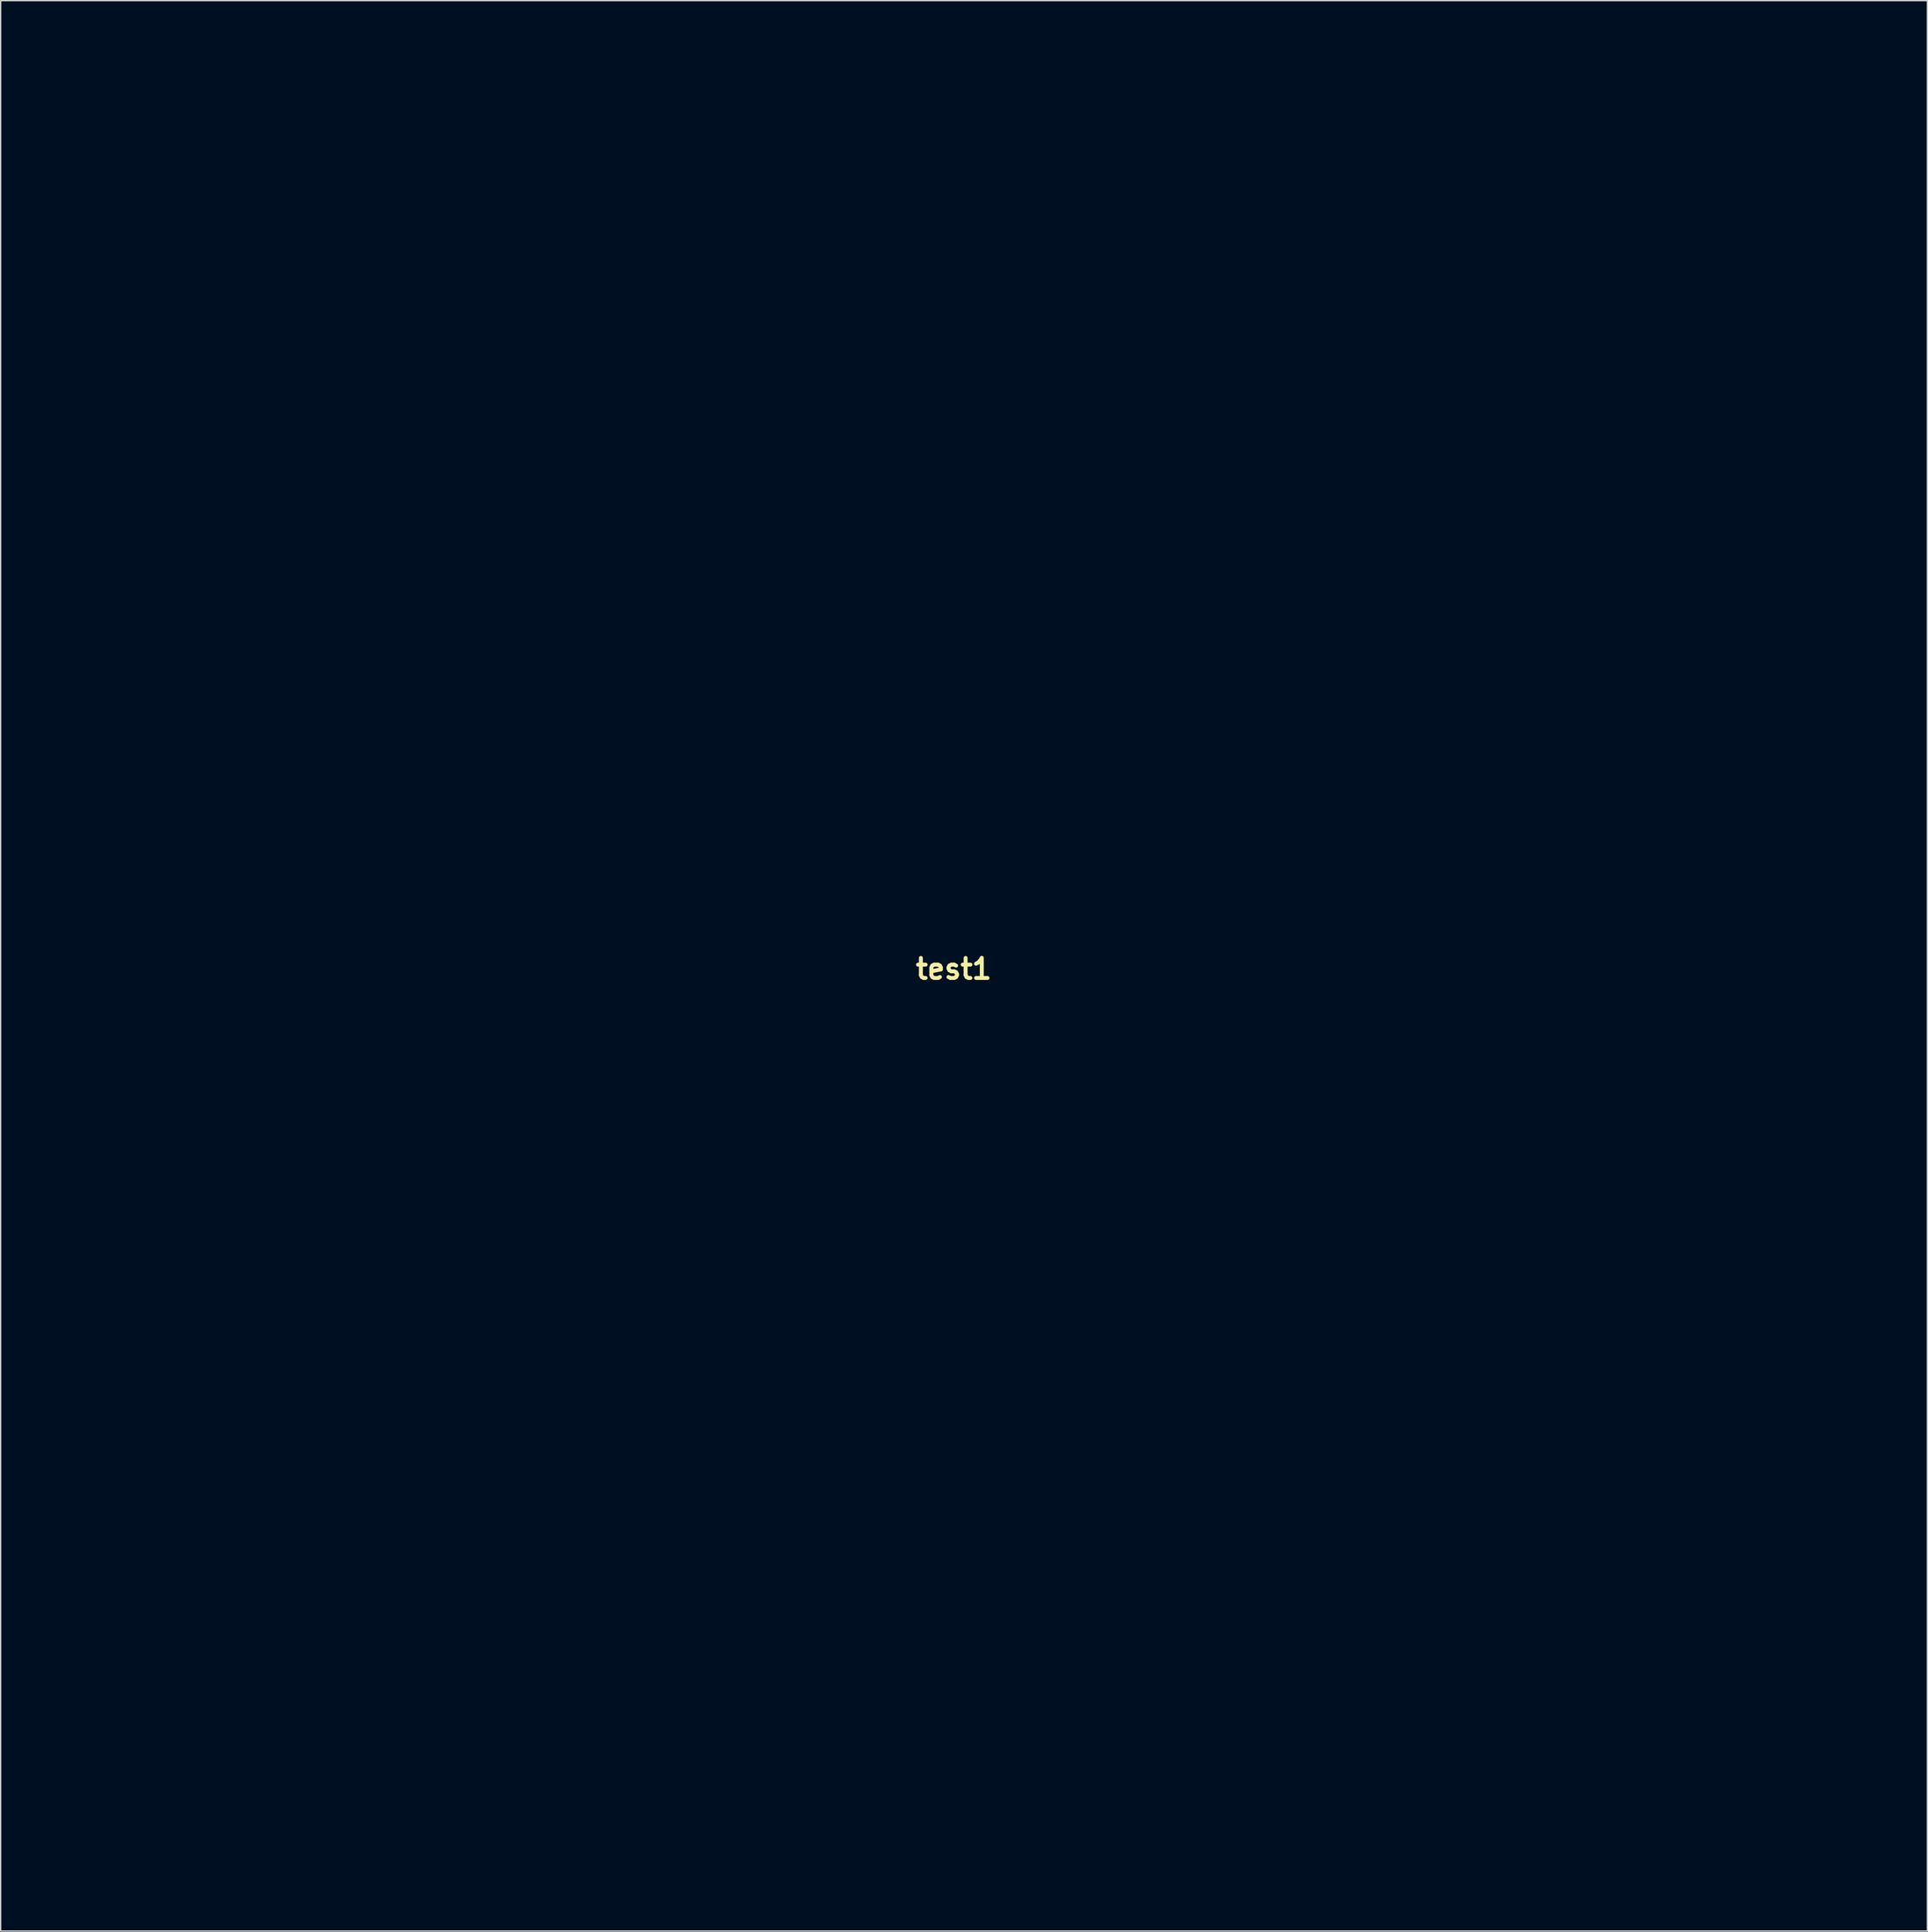
<source format=kicad_pcb>
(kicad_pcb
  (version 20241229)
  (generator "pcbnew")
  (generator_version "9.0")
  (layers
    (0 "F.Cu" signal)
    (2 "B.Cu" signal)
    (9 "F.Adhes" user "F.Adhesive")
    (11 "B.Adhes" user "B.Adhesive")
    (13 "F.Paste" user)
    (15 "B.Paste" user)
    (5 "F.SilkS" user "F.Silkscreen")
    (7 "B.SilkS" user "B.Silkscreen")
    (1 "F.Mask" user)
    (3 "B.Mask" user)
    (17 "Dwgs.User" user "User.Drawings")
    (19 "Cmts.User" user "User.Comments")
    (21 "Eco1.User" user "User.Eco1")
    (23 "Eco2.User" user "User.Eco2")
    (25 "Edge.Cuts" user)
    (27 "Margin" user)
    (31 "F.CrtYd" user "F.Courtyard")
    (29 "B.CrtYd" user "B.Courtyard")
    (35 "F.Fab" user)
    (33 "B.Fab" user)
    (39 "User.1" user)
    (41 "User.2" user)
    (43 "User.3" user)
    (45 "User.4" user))
  (footprint "test1"
    (layer "F.Cu")
    (at 69.673 70.785)
    (property "Reference" "test1" (at 0 0 0) (layer "F.SilkS") (effects (font (size 1.524 1.524) (thickness 0.3))))
    (attr board_only exclude_from_pos_files exclude_from_bom)
    (fp_poly (pts (xy 47.551 -70.544) (xy 48.53 -70.014) (xy 49.242 -69.211) (xy 49.617 -68.199) (xy 49.655 -67.776) (xy 49.697 -67.442) (xy 49.877 -67.231) (xy 50.297 -67.081) (xy 51.061 -66.932) (xy 51.083 -66.929) (xy 52.073 -66.769) (xy 53.09 -66.625) (xy 53.635 -66.558) (xy 54.314 -66.502) (xy 54.707 -66.572) (xy 54.976 -66.844) (xy 55.222 -67.273) (xy 55.952 -68.26) (xy 56.887 -68.855) (xy 57.984 -69.09) (xy 59.234 -69.001) (xy 60.232 -68.548) (xy 60.945 -67.763) (xy 61.344 -66.675) (xy 61.415 -65.654) (xy 61.337 -64.892) (xy 61.183 -64.26) (xy 61.094 -64.067) (xy 61 -63.841) (xy 61.036 -63.583) (xy 61.248 -63.224) (xy 61.677 -62.695) (xy 62.367 -61.927) (xy 62.589 -61.686) (xy 64.368 -59.758) (xy 65.046 -60.155) (xy 66.064 -60.516) (xy 67.104 -60.487) (xy 68.083 -60.12) (xy 68.919 -59.466) (xy 69.529 -58.576) (xy 69.832 -57.502) (xy 69.85 -57.15) (xy 69.696 -56.217) (xy 69.286 -55.325) (xy 68.703 -54.584) (xy 68.026 -54.102) (xy 67.488 -53.975) (xy 67.254 -53.88) (xy 67.195 -53.523) (xy 67.231 -53.125) (xy 67.311 -52.43) (xy 67.406 -51.514) (xy 67.475 -50.8) (xy 67.584 -49.723) (xy 67.701 -49.014) (xy 67.863 -48.586) (xy 68.106 -48.354) (xy 68.468 -48.234) (xy 68.599 -48.208) (xy 69.648 -47.804) (xy 70.454 -47.09) (xy 70.978 -46.16) (xy 71.18 -45.109) (xy 71.021 -44.033) (xy 70.637 -43.258) (xy 69.781 -42.34) (xy 68.75 -41.833) (xy 67.939 -41.729) (xy 67.166 -41.522) (xy 66.597 -40.959) (xy 66.354 -40.323) (xy 66.193 -39.816) (xy 65.886 -39.076) (xy 65.504 -38.267) (xy 65.389 -38.043) (xy 65.202 -37.614) (xy 65.194 -37.421) (xy 65.201 -37.42) (xy 65.192 -37.263) (xy 64.987 -36.916) (xy 64.669 -36.2) (xy 64.744 -35.58) (xy 65.104 -35.194) (xy 65.511 -34.787) (xy 65.871 -34.188) (xy 65.898 -34.126) (xy 66.198 -32.913) (xy 66.104 -31.77) (xy 65.659 -30.77) (xy 64.908 -29.985) (xy 63.891 -29.489) (xy 63.072 -29.353) (xy 62.329 -29.383) (xy 61.711 -29.522) (xy 61.558 -29.595) (xy 61.313 -29.707) (xy 61.063 -29.671) (xy 60.732 -29.435) (xy 60.243 -28.948) (xy 59.687 -28.342) (xy 59.072 -27.648) (xy 58.594 -27.078) (xy 58.322 -26.715) (xy 58.284 -26.638) (xy 58.14 -26.409) (xy 57.758 -25.942) (xy 57.211 -25.324) (xy 57.037 -25.134) (xy 56.332 -24.326) (xy 55.942 -23.726) (xy 55.835 -23.249) (xy 55.982 -22.808) (xy 56.137 -22.579) (xy 56.432 -21.843) (xy 56.427 -20.932) (xy 56.157 -19.975) (xy 55.656 -19.103) (xy 55.078 -18.531) (xy 54.158 -18.108) (xy 53.055 -17.977) (xy 51.943 -18.15) (xy 51.594 -18.28) (xy 50.959 -18.514) (xy 50.459 -18.62) (xy 50.352 -18.617) (xy 50.043 -18.451) (xy 49.482 -18.058) (xy 48.759 -17.503) (xy 48.263 -17.101) (xy 47.51 -16.489) (xy 46.887 -16.005) (xy 46.476 -15.709) (xy 46.36 -15.648) (xy 46.122 -15.514) (xy 45.651 -15.164) (xy 45.162 -14.767) (xy 44.564 -14.284) (xy 44.091 -13.931) (xy 43.883 -13.804) (xy 43.714 -13.544) (xy 43.717 -13.38) (xy 43.786 -12.733) (xy 43.807 -11.97) (xy 43.783 -11.239) (xy 43.718 -10.686) (xy 43.634 -10.467) (xy 43.369 -10.161) (xy 43.186 -9.865) (xy 42.714 -9.363) (xy 41.966 -8.935) (xy 41.117 -8.666) (xy 40.644 -8.618) (xy 39.7 -8.775) (xy 38.669 -9.193) (xy 38.039 -9.577) (xy 37.693 -9.732) (xy 37.289 -9.64) (xy 36.905 -9.434) (xy 36.311 -9.095) (xy 35.509 -8.649) (xy 34.812 -8.268) (xy 33.884 -7.766) (xy 32.912 -7.236) (xy 32.317 -6.909) (xy 31.602 -6.514) (xy 30.989 -6.176) (xy 30.729 -6.033) (xy 30.432 -5.763) (xy 30.33 -5.303) (xy 30.345 -4.841) (xy 30.261 -3.573) (xy 29.821 -2.578) (xy 29.042 -1.877) (xy 27.944 -1.488) (xy 27.068 -1.412) (xy 26.224 -1.44) (xy 25.645 -1.569) (xy 25.146 -1.853) (xy 24.878 -2.063) (xy 24.081 -2.72) (xy 22.153 -1.913) (xy 20.226 -1.106) (xy 20.148 0.005) (xy 20.071 1.116) (xy 21.091 1.48) (xy 21.842 1.77) (xy 22.506 2.062) (xy 22.679 2.149) (xy 23.173 2.391) (xy 23.472 2.505) (xy 23.926 2.652) (xy 24.603 2.918) (xy 25.318 3.23) (xy 25.343 3.241) (xy 25.748 3.387) (xy 25.91 3.383) (xy 26.052 3.131) (xy 26.214 2.835) (xy 26.778 2.237) (xy 27.635 1.834) (xy 28.659 1.65) (xy 29.721 1.71) (xy 30.615 1.997) (xy 31.461 2.644) (xy 31.968 3.59) (xy 32.134 4.831) (xy 32.117 5.252) (xy 32.087 6.015) (xy 32.152 6.439) (xy 32.334 6.635) (xy 32.397 6.66) (xy 32.8 6.845) (xy 33.415 7.178) (xy 33.791 7.399) (xy 34.606 7.88) (xy 35.446 8.36) (xy 35.719 8.511) (xy 36.484 8.933) (xy 37.355 9.419) (xy 37.69 9.606) (xy 38.424 9.998) (xy 38.921 10.157) (xy 39.335 10.084) (xy 39.82 9.779) (xy 40.042 9.612) (xy 40.627 9.244) (xy 41.253 9.065) (xy 42.124 9.018) (xy 42.135 9.018) (xy 42.889 9) (xy 43.348 8.899) (xy 43.669 8.645) (xy 43.992 8.194) (xy 44.395 7.542) (xy 44.882 6.693) (xy 45.254 6.01) (xy 45.716 5.143) (xy 46.179 4.293) (xy 46.47 3.77) (xy 46.768 3.214) (xy 46.845 2.882) (xy 46.712 2.606) (xy 46.547 2.409) (xy 45.873 1.364) (xy 45.593 0.286) (xy 45.631 -0.307) (xy 46.332 -0.307) (xy 46.452 0.687) (xy 46.889 1.589) (xy 47.454 2.156) (xy 48.126 2.413) (xy 49.007 2.463) (xy 49.914 2.324) (xy 50.66 2.012) (xy 50.76 1.932) (xy 51.667 1.932) (xy 51.703 2.189) (xy 51.933 2.541) (xy 52.406 3.067) (xy 52.997 3.671) (xy 53.775 4.427) (xy 54.345 4.88) (xy 54.8 5.069) (xy 55.229 5.03) (xy 55.725 4.804) (xy 56.45 4.6) (xy 57.331 4.609) (xy 58.125 4.825) (xy 58.171 4.848) (xy 58.645 5.046) (xy 59.061 5.064) (xy 59.51 4.862) (xy 60.085 4.401) (xy 60.822 3.694) (xy 62.34 2.192) (xy 62.013 1.408) (xy 61.707 0.122) (xy 61.765 -0.401) (xy 62.432 -0.401) (xy 62.483 0.798) (xy 62.838 1.663) (xy 63.509 2.204) (xy 64.508 2.434) (xy 65.262 2.428) (xy 66.133 2.299) (xy 66.717 2.024) (xy 66.959 1.805) (xy 67.34 1.107) (xy 67.497 0.191) (xy 67.431 -0.769) (xy 67.144 -1.599) (xy 66.924 -1.904) (xy 66.218 -2.376) (xy 65.299 -2.633) (xy 64.372 -2.635) (xy 63.954 -2.519) (xy 63.147 -2.095) (xy 62.687 -1.571) (xy 62.472 -0.803) (xy 62.432 -0.401) (xy 61.765 -0.401) (xy 61.853 -1.189) (xy 61.955 -1.506) (xy 62.068 -1.863) (xy 62.07 -2.156) (xy 61.913 -2.475) (xy 61.545 -2.909) (xy 60.918 -3.549) (xy 60.7 -3.766) (xy 59.175 -5.283) (xy 58.306 -5.023) (xy 57.266 -4.796) (xy 56.376 -4.827) (xy 55.629 -5.037) (xy 55.275 -5.151) (xy 54.985 -5.162) (xy 54.673 -5.02) (xy 54.254 -4.677) (xy 53.642 -4.085) (xy 53.252 -3.696) (xy 52.523 -2.958) (xy 52.067 -2.456) (xy 51.838 -2.107) (xy 51.786 -1.826) (xy 51.864 -1.533) (xy 51.917 -1.401) (xy 52.102 -0.613) (xy 52.124 0.314) (xy 51.993 1.179) (xy 51.778 1.695) (xy 51.667 1.932) (xy 50.76 1.932) (xy 50.87 1.845) (xy 51.155 1.473) (xy 51.308 0.99) (xy 51.363 0.251) (xy 51.367 -0.113) (xy 51.289 -1.219) (xy 51.014 -1.956) (xy 50.482 -2.387) (xy 49.632 -2.576) (xy 48.997 -2.6) (xy 48.154 -2.564) (xy 47.596 -2.424) (xy 47.158 -2.133) (xy 47.082 -2.063) (xy 46.538 -1.266) (xy 46.332 -0.307) (xy 45.631 -0.307) (xy 45.661 -0.761) (xy 46.034 -1.713) (xy 46.666 -2.507) (xy 47.513 -3.079) (xy 48.53 -3.365) (xy 49.673 -3.303) (xy 50.394 -3.074) (xy 51.178 -2.747) (xy 52.69 -4.271) (xy 53.532 -5.174) (xy 54.027 -5.846) (xy 54.192 -6.322) (xy 54.047 -6.638) (xy 53.975 -6.69) (xy 53.854 -6.976) (xy 53.771 -7.572) (xy 53.748 -8.178) (xy 53.758 -8.503) (xy 54.319 -8.503) (xy 54.337 -7.53) (xy 54.434 -7.212) (xy 54.767 -6.522) (xy 55.129 -6.006) (xy 55.44 -5.763) (xy 55.547 -5.773) (xy 55.839 -5.746) (xy 56.027 -5.648) (xy 56.573 -5.517) (xy 57.477 -5.592) (xy 58.091 -5.716) (xy 58.728 -6.036) (xy 59.199 -6.697) (xy 59.407 -7.226) (xy 59.547 -8.29) (xy 59.295 -9.293) (xy 58.683 -10.114) (xy 58.577 -10.202) (xy 57.799 -10.564) (xy 56.842 -10.669) (xy 55.898 -10.518) (xy 55.258 -10.193) (xy 54.642 -9.448) (xy 54.319 -8.503) (xy 53.758 -8.503) (xy 53.771 -8.963) (xy 53.892 -9.487) (xy 54.188 -9.939) (xy 54.655 -10.432) (xy 55.225 -10.961) (xy 55.696 -11.231) (xy 56.266 -11.329) (xy 56.775 -11.339) (xy 58.042 -11.201) (xy 58.998 -10.767) (xy 59.697 -10.008) (xy 59.852 -9.738) (xy 60.262 -8.584) (xy 60.238 -7.475) (xy 59.951 -6.651) (xy 59.577 -5.863) (xy 61.123 -4.305) (xy 62.669 -2.747) (xy 63.452 -3.074) (xy 64.684 -3.387) (xy 65.833 -3.308) (xy 66.83 -2.879) (xy 67.609 -2.142) (xy 68.1 -1.139) (xy 68.241 -0.113) (xy 68.047 1.09) (xy 67.508 2.057) (xy 66.686 2.746) (xy 65.646 3.115) (xy 64.45 3.125) (xy 63.566 2.9) (xy 63.214 2.786) (xy 62.925 2.776) (xy 62.614 2.916) (xy 62.197 3.257) (xy 61.587 3.845) (xy 61.174 4.257) (xy 59.543 5.889) (xy 59.934 6.551) (xy 60.258 7.437) (xy 60.286 8.376) (xy 60.016 9.181) (xy 59.972 9.248) (xy 59.765 9.611) (xy 59.773 9.752) (xy 59.838 9.857) (xy 59.614 10.116) (xy 59.199 10.444) (xy 58.69 10.753) (xy 58.574 10.811) (xy 57.496 11.129) (xy 56.386 11.128) (xy 55.359 10.839) (xy 54.53 10.29) (xy 54.103 9.713) (xy 53.865 8.959) (xy 53.763 8.038) (xy 53.767 7.938) (xy 54.202 7.938) (xy 54.404 8.785) (xy 54.932 9.588) (xy 55.672 10.232) (xy 56.508 10.601) (xy 56.923 10.647) (xy 57.511 10.539) (xy 58.192 10.287) (xy 58.266 10.251) (xy 58.921 9.759) (xy 59.359 8.985) (xy 59.39 8.901) (xy 59.594 8.233) (xy 59.607 7.715) (xy 59.429 7.082) (xy 59.39 6.974) (xy 58.841 6.079) (xy 57.997 5.472) (xy 56.966 5.229) (xy 56.923 5.228) (xy 56.083 5.418) (xy 55.281 5.939) (xy 54.633 6.677) (xy 54.254 7.517) (xy 54.202 7.938) (xy 53.767 7.938) (xy 53.799 7.137) (xy 53.978 6.442) (xy 54.03 6.347) (xy 54.128 6.111) (xy 54.082 5.85) (xy 53.843 5.491) (xy 53.364 4.96) (xy 52.697 4.282) (xy 51.083 2.668) (xy 50.262 2.939) (xy 49.459 3.105) (xy 48.602 3.148) (xy 48.525 3.144) (xy 47.897 3.145) (xy 47.537 3.314) (xy 47.318 3.637) (xy 46.895 4.419) (xy 46.53 5.05) (xy 46.29 5.414) (xy 46.264 5.443) (xy 46.104 5.696) (xy 45.822 6.215) (xy 45.636 6.577) (xy 45.196 7.416) (xy 44.724 8.274) (xy 44.591 8.504) (xy 44.061 9.412) (xy 44.587 10.042) (xy 45.126 11.024) (xy 45.316 12.191) (xy 45.178 13.258) (xy 45.053 13.793) (xy 45.083 14.157) (xy 45.328 14.505) (xy 45.852 14.989) (xy 45.881 15.015) (xy 46.438 15.479) (xy 46.869 15.789) (xy 47.034 15.865) (xy 47.295 16.008) (xy 47.792 16.374) (xy 48.418 16.885) (xy 48.451 16.913) (xy 49.045 17.401) (xy 49.477 17.721) (xy 49.664 17.809) (xy 49.666 17.803) (xy 49.819 17.852) (xy 50.214 18.136) (xy 50.595 18.449) (xy 51.524 19.244) (xy 52.351 18.78) (xy 53.481 18.386) (xy 54.714 18.351) (xy 55.847 18.668) (xy 56.374 18.967) (xy 56.818 19.299) (xy 57.086 19.58) (xy 57.082 19.725) (xy 57.037 19.73) (xy 57.019 19.871) (xy 57.161 20.084) (xy 57.449 20.738) (xy 57.506 21.618) (xy 57.339 22.56) (xy 57.05 23.246) (xy 56.534 24.153) (xy 57.863 25.657) (xy 58.456 26.347) (xy 58.913 26.913) (xy 59.164 27.267) (xy 59.191 27.333) (xy 59.331 27.57) (xy 59.705 28.055) (xy 60.242 28.698) (xy 60.464 28.954) (xy 61.106 29.662) (xy 61.538 30.063) (xy 61.828 30.207) (xy 62.045 30.145) (xy 62.073 30.123) (xy 62.667 29.874) (xy 63.5 29.815) (xy 64.401 29.942) (xy 65.118 30.205) (xy 65.882 30.804) (xy 66.449 31.637) (xy 66.784 32.585) (xy 66.851 33.528) (xy 66.612 34.348) (xy 66.455 34.576) (xy 66.295 34.855) (xy 66.342 34.925) (xy 66.343 35.065) (xy 66.108 35.379) (xy 65.695 35.72) (xy 65.393 35.832) (xy 65.121 36.014) (xy 65.088 36.164) (xy 65.17 36.658) (xy 65.381 37.4) (xy 65.666 38.225) (xy 65.968 38.966) (xy 66.126 39.285) (xy 66.354 39.733) (xy 66.435 39.963) (xy 66.434 39.965) (xy 66.467 40.201) (xy 66.589 40.722) (xy 66.66 40.992) (xy 66.847 41.59) (xy 67.082 41.871) (xy 67.518 41.958) (xy 67.874 41.966) (xy 69.149 42.157) (xy 70.126 42.689) (xy 70.796 43.548) (xy 71.144 44.723) (xy 71.194 45.414) (xy 71.179 46.185) (xy 71.057 46.701) (xy 70.749 47.158) (xy 70.304 47.625) (xy 69.781 48.115) (xy 69.38 48.433) (xy 69.226 48.505) (xy 68.891 48.494) (xy 68.456 48.505) (xy 68.159 48.543) (xy 67.964 48.684) (xy 67.829 49.02) (xy 67.713 49.643) (xy 67.609 50.403) (xy 67.438 51.686) (xy 67.329 52.596) (xy 67.291 53.212) (xy 67.336 53.612) (xy 67.473 53.875) (xy 67.714 54.079) (xy 68.068 54.301) (xy 68.138 54.345) (xy 68.76 54.823) (xy 69.234 55.336) (xy 69.347 55.521) (xy 69.56 56.316) (xy 69.61 57.302) (xy 69.501 58.259) (xy 69.303 58.849) (xy 68.675 59.606) (xy 67.766 60.148) (xy 66.715 60.431) (xy 65.661 60.411) (xy 65.003 60.199) (xy 64.711 60.072) (xy 64.453 60.047) (xy 64.15 60.167) (xy 63.727 60.475) (xy 63.105 61.014) (xy 62.436 61.618) (xy 61.587 62.408) (xy 61.038 62.971) (xy 60.743 63.369) (xy 60.652 63.664) (xy 60.677 63.825) (xy 60.94 65.123) (xy 60.865 66.336) (xy 60.473 67.376) (xy 59.783 68.152) (xy 59.727 68.192) (xy 59.207 68.424) (xy 58.472 68.602) (xy 57.666 68.71) (xy 56.931 68.733) (xy 56.411 68.655) (xy 56.267 68.564) (xy 55.972 68.312) (xy 55.676 68.129) (xy 55.284 67.767) (xy 54.894 67.189) (xy 54.826 67.057) (xy 54.519 66.523) (xy 54.206 66.318) (xy 53.806 66.33) (xy 53.254 66.4) (xy 52.439 66.485) (xy 51.644 66.558) (xy 50.452 66.669) (xy 49.641 66.781) (xy 49.138 66.919) (xy 48.872 67.109) (xy 48.771 67.377) (xy 48.759 67.594) (xy 48.562 68.284) (xy 48.05 68.985) (xy 47.343 69.577) (xy 46.558 69.939) (xy 46.426 69.969) (xy 45.141 70.015) (xy 44.013 69.68) (xy 43.104 69.016) (xy 42.476 68.071) (xy 42.265 67.198) (xy 42.985 67.198) (xy 43.243 68.079) (xy 43.757 68.793) (xy 44.51 69.23) (xy 44.563 69.245) (xy 45.186 69.31) (xy 45.972 69.266) (xy 46.73 69.137) (xy 47.269 68.945) (xy 47.342 68.895) (xy 47.86 68.2) (xy 48.133 67.272) (xy 48.128 66.278) (xy 47.96 65.677) (xy 47.577 64.968) (xy 47.079 64.547) (xy 46.339 64.336) (xy 45.709 64.277) (xy 44.861 64.277) (xy 44.279 64.423) (xy 43.903 64.659) (xy 43.299 65.377) (xy 42.998 66.26) (xy 42.985 67.198) (xy 42.265 67.198) (xy 42.192 66.894) (xy 42.182 66.609) (xy 42.123 66.044) (xy 41.873 65.758) (xy 41.558 65.641) (xy 41.069 65.502) (xy 40.821 65.43) (xy 40.424 65.275) (xy 39.804 65.001) (xy 39.145 64.693) (xy 38.724 64.482) (xy 38.295 64.3) (xy 38.101 64.3) (xy 38.1 64.309) (xy 37.961 64.32) (xy 37.782 64.199) (xy 37.334 63.944) (xy 36.799 63.744) (xy 36.273 63.665) (xy 35.956 63.855) (xy 35.87 63.977) (xy 35.283 64.528) (xy 34.408 64.887) (xy 33.377 65.033) (xy 32.324 64.945) (xy 31.525 64.678) (xy 30.791 64.09) (xy 30.254 63.218) (xy 29.96 62.207) (xy 29.957 61.502) (xy 30.683 61.502) (xy 30.736 62.7) (xy 31.099 63.571) (xy 31.786 64.127) (xy 32.807 64.382) (xy 33.277 64.404) (xy 34.08 64.307) (xy 34.745 63.941) (xy 34.978 63.745) (xy 35.409 63.313) (xy 35.63 62.895) (xy 35.71 62.311) (xy 35.719 61.799) (xy 35.692 61.03) (xy 35.565 60.533) (xy 35.267 60.127) (xy 34.947 59.825) (xy 34.458 59.427) (xy 34.03 59.242) (xy 33.475 59.217) (xy 32.924 59.264) (xy 31.894 59.463) (xy 31.226 59.857) (xy 30.847 60.518) (xy 30.683 61.502) (xy 29.957 61.502) (xy 29.956 61.201) (xy 30.178 60.523) (xy 30.257 60.264) (xy 30.167 59.977) (xy 29.857 59.582) (xy 29.272 59.001) (xy 28.987 58.733) (xy 28.312 58.127) (xy 27.746 57.662) (xy 27.381 57.411) (xy 27.313 57.387) (xy 27.019 57.228) (xy 26.573 56.843) (xy 26.406 56.675) (xy 25.78 56.066) (xy 25.068 55.44) (xy 24.915 55.316) (xy 24.39 54.923) (xy 24.021 54.784) (xy 23.618 54.861) (xy 23.278 54.997) (xy 22.098 55.287) (xy 20.953 55.203) (xy 19.94 54.774) (xy 19.157 54.027) (xy 18.995 53.77) (xy 18.722 52.978) (xy 18.619 52.013) (xy 18.621 51.98) (xy 19.217 51.98) (xy 19.33 52.893) (xy 19.686 53.702) (xy 20.277 54.295) (xy 20.751 54.504) (xy 21.54 54.582) (xy 22.44 54.481) (xy 23.254 54.237) (xy 23.721 53.954) (xy 24.218 53.202) (xy 24.405 52.266) (xy 24.293 51.286) (xy 23.893 50.401) (xy 23.425 49.896) (xy 22.683 49.555) (xy 21.743 49.445) (xy 20.803 49.579) (xy 20.411 49.733) (xy 19.749 50.289) (xy 19.354 51.075) (xy 19.217 51.98) (xy 18.621 51.98) (xy 18.686 51.065) (xy 18.925 50.321) (xy 18.975 50.239) (xy 19.211 49.785) (xy 19.218 49.357) (xy 18.963 48.844) (xy 18.417 48.135) (xy 18.37 48.079) (xy 17.895 47.488) (xy 17.567 47.035) (xy 17.462 46.837) (xy 17.329 46.602) (xy 16.973 46.104) (xy 16.456 45.43) (xy 16.158 45.055) (xy 15.547 44.279) (xy 15.023 43.591) (xy 14.67 43.099) (xy 14.592 42.976) (xy 14.272 42.654) (xy 14.025 42.608) (xy 12.98 42.777) (xy 11.907 42.744) (xy 11.013 42.52) (xy 10.901 42.468) (xy 10.045 41.808) (xy 9.521 40.865) (xy 9.321 39.631) (xy 9.911 39.631) (xy 9.997 40.287) (xy 10.243 40.968) (xy 10.519 41.382) (xy 11.31 41.863) (xy 12.288 42.075) (xy 13.293 42.014) (xy 14.164 41.678) (xy 14.435 41.469) (xy 14.899 40.759) (xy 15.117 39.838) (xy 15.062 38.893) (xy 14.877 38.37) (xy 14.288 37.561) (xy 13.502 37.109) (xy 12.432 36.966) (xy 12.405 36.966) (xy 11.639 37.02) (xy 11.099 37.238) (xy 10.641 37.629) (xy 10.212 38.163) (xy 9.97 38.662) (xy 9.953 38.763) (xy 9.923 39.362) (xy 9.911 39.631) (xy 9.321 39.631) (xy 9.318 39.615) (xy 9.315 39.482) (xy 9.357 38.63) (xy 9.554 38.002) (xy 9.901 37.466) (xy 10.504 36.675) (xy 9.868 35.517) (xy 9.402 34.669) (xy 8.909 33.775) (xy 8.324 32.719) (xy 7.584 31.385) (xy 7.567 31.353) (xy 7.175 30.638) (xy 6.841 30.01) (xy 6.716 29.767) (xy 6.496 29.465) (xy 6.132 29.307) (xy 5.492 29.247) (xy 5.216 29.241) (xy 3.932 29.069) (xy 2.966 28.588) (xy 2.291 27.783) (xy 2.222 27.652) (xy 1.903 26.616) (xy 1.896 26.07) (xy 2.616 26.07) (xy 2.686 27.062) (xy 2.941 27.731) (xy 3.443 28.19) (xy 3.937 28.431) (xy 4.514 28.609) (xy 5.168 28.662) (xy 6.081 28.605) (xy 6.084 28.604) (xy 6.425 28.435) (xy 6.903 28.05) (xy 7.048 27.912) (xy 7.472 27.401) (xy 7.667 26.858) (xy 7.711 26.128) (xy 7.521 25.022) (xy 6.998 24.168) (xy 6.209 23.617) (xy 5.221 23.42) (xy 4.317 23.557) (xy 3.445 23.934) (xy 2.913 24.489) (xy 2.66 25.311) (xy 2.616 26.07) (xy 1.896 26.07) (xy 1.89 25.529) (xy 2.16 24.524) (xy 2.691 23.733) (xy 2.929 23.534) (xy 3.172 23.307) (xy 3.271 23.012) (xy 3.212 22.573) (xy 2.979 21.919) (xy 2.556 20.974) (xy 2.261 20.354) (xy 1.935 19.725) (xy 1.649 19.405) (xy 1.257 19.291) (xy 0.773 19.277) (xy 0.147 19.31) (xy -0.193 19.479) (xy -0.418 19.891) (xy -0.484 20.071) (xy -0.724 20.587) (xy -0.952 20.854) (xy -0.99 20.864) (xy -1.097 20.967) (xy -1.064 21.01) (xy -1.059 21.288) (xy -1.249 21.747) (xy -1.616 22.462) (xy -1.969 23.242) (xy -2.265 23.98) (xy -2.463 24.57) (xy -2.523 24.906) (xy -2.494 24.946) (xy -2.243 25.112) (xy -1.855 25.526) (xy -1.704 25.716) (xy -1.322 26.343) (xy -1.142 27.044) (xy -1.102 27.746) (xy -1.268 28.999) (xy -1.786 29.973) (xy -2.636 30.651) (xy -3.8 31.012) (xy -4.612 31.07) (xy -5.252 31.108) (xy -5.667 31.294) (xy -6.045 31.734) (xy -6.206 31.972) (xy -6.559 32.544) (xy -6.774 32.967) (xy -6.804 33.075) (xy -6.932 33.377) (xy -7.245 33.837) (xy -7.274 33.874) (xy -7.551 34.272) (xy -7.618 34.467) (xy -7.606 34.471) (xy -7.636 34.637) (xy -7.871 35.055) (xy -8.043 35.318) (xy -8.39 35.867) (xy -8.595 36.263) (xy -8.618 36.348) (xy -8.742 36.635) (xy -9.047 37.109) (xy -9.121 37.211) (xy -9.437 37.718) (xy -9.463 38.07) (xy -9.351 38.279) (xy -8.684 39.535) (xy -8.445 40.835) (xy -8.467 41.433) (xy -8.583 42.612) (xy -7.523 43.116) (xy -6.656 43.57) (xy -5.767 44.098) (xy -5.515 44.262) (xy -4.93 44.632) (xy -4.487 44.864) (xy -4.355 44.904) (xy -4.04 45.032) (xy -3.602 45.329) (xy -3.144 45.652) (xy -2.835 45.811) (xy -2.419 45.942) (xy -2.313 45.982) (xy -1.95 45.925) (xy -1.519 45.641) (xy -0.45 44.941) (xy 0.717 44.679) (xy 1.939 44.86) (xy 2.493 45.086) (xy 3.281 45.707) (xy 3.811 46.614) (xy 4.054 47.697) (xy 3.978 48.849) (xy 3.765 49.532) (xy 3.448 50.291) (xy 4.961 51.793) (xy 5.801 52.589) (xy 6.415 53.067) (xy 6.866 53.26) (xy 7.218 53.199) (xy 7.42 53.041) (xy 7.871 52.848) (xy 8.595 52.786) (xy 9.434 52.851) (xy 10.228 53.036) (xy 10.514 53.151) (xy 11.301 53.759) (xy 11.821 54.651) (xy 12.048 55.727) (xy 11.958 56.887) (xy 11.671 57.742) (xy 11.397 58.227) (xy 11.077 58.648) (xy 10.802 58.907) (xy 10.662 58.901) (xy 10.659 58.866) (xy 10.503 58.864) (xy 10.155 59.065) (xy 9.421 59.351) (xy 8.531 59.393) (xy 7.716 59.185) (xy 7.639 59.145) (xy 7.226 58.946) (xy 6.878 58.899) (xy 6.508 59.044) (xy 6.028 59.423) (xy 5.35 60.077) (xy 5.083 60.345) (xy 4.373 61.068) (xy 3.934 61.558) (xy 3.718 61.904) (xy 3.676 62.196) (xy 3.758 62.522) (xy 3.808 62.662) (xy 4.071 63.927) (xy 3.945 65.081) (xy 3.471 66.06) (xy 2.692 66.801) (xy 1.647 67.24) (xy 0.794 67.334) (xy -0.41 67.14) (xy -1.377 66.6) (xy -2.065 65.779) (xy -2.435 64.739) (xy -2.438 64.387) (xy -1.758 64.387) (xy -1.511 65.274) (xy -1.004 66.01) (xy -0.253 66.481) (xy -0.113 66.524) (xy 0.738 66.606) (xy 1.658 66.478) (xy 2.45 66.179) (xy 2.773 65.943) (xy 3.073 65.558) (xy 3.23 65.071) (xy 3.286 64.332) (xy 3.288 64.017) (xy 3.2 62.935) (xy 2.896 62.208) (xy 2.315 61.767) (xy 1.398 61.54) (xy 1.152 61.512) (xy 0.35 61.484) (xy -0.24 61.624) (xy -0.778 61.934) (xy -1.408 62.604) (xy -1.729 63.459) (xy -1.758 64.387) (xy -2.438 64.387) (xy -2.445 63.543) (xy -2.22 62.659) (xy -2.105 62.302) (xy -2.096 62.011) (xy -2.24 61.698) (xy -2.588 61.276) (xy -3.187 60.658) (xy -3.532 60.312) (xy -5.12 58.724) (xy -5.856 59.091) (xy -6.816 59.347) (xy -7.866 59.278) (xy -8.869 58.924) (xy -9.687 58.331) (xy -10.081 57.784) (xy -10.287 57.138) (xy -10.414 56.293) (xy -10.427 55.996) (xy -9.752 55.996) (xy -9.594 57.088) (xy -9.105 57.886) (xy -8.305 58.412) (xy -7.56 58.671) (xy -6.926 58.685) (xy -6.174 58.451) (xy -6.053 58.401) (xy -6 58.372) (xy -4.549 58.372) (xy -3.031 59.903) (xy -1.512 61.433) (xy -0.728 61.106) (xy 0.025 60.878) (xy 0.768 60.779) (xy 0.794 60.779) (xy 1.528 60.871) (xy 2.289 61.095) (xy 2.316 61.106) (xy 3.099 61.433) (xy 4.602 59.915) (xy 5.343 59.139) (xy 5.788 58.574) (xy 5.975 58.129) (xy 5.946 57.712) (xy 5.755 57.263) (xy 5.504 56.349) (xy 5.525 55.977) (xy 6.123 55.977) (xy 6.292 56.846) (xy 6.729 57.666) (xy 7.332 58.264) (xy 7.544 58.38) (xy 8.42 58.67) (xy 9.201 58.667) (xy 9.885 58.472) (xy 10.541 58.037) (xy 11.114 57.322) (xy 11.486 56.501) (xy 11.565 55.985) (xy 11.359 55.141) (xy 10.819 54.343) (xy 10.062 53.706) (xy 9.204 53.341) (xy 8.799 53.295) (xy 7.984 53.499) (xy 7.195 54.027) (xy 6.553 54.759) (xy 6.175 55.577) (xy 6.123 55.977) (xy 5.525 55.977) (xy 5.562 55.348) (xy 5.829 54.638) (xy 6.225 53.968) (xy 4.587 52.329) (xy 3.817 51.578) (xy 3.284 51.117) (xy 2.922 50.9) (xy 2.662 50.879) (xy 2.551 50.928) (xy 1.906 51.141) (xy 1.032 51.223) (xy 0.137 51.17) (xy -0.494 51.01) (xy -0.814 50.896) (xy -1.09 50.893) (xy -1.403 51.049) (xy -1.838 51.414) (xy -2.477 52.034) (xy -2.789 52.345) (xy -3.518 53.081) (xy -3.975 53.583) (xy -4.208 53.935) (xy -4.265 54.225) (xy -4.195 54.537) (xy -4.13 54.721) (xy -3.875 55.898) (xy -4.019 57.031) (xy -4.202 57.542) (xy -4.549 58.372) (xy -6 58.372) (xy -5.344 58.018) (xy -4.928 57.525) (xy -4.737 56.801) (xy -4.701 56.016) (xy -4.777 54.996) (xy -5.052 54.305) (xy -5.594 53.836) (xy -6.318 53.532) (xy -7.409 53.374) (xy -8.37 53.611) (xy -9.129 54.192) (xy -9.612 55.065) (xy -9.752 55.996) (xy -10.427 55.996) (xy -10.432 55.868) (xy -10.401 55.13) (xy -10.251 54.619) (xy -9.898 54.135) (xy -9.525 53.748) (xy -8.977 53.235) (xy -8.526 52.964) (xy -7.982 52.858) (xy -7.271 52.841) (xy -6.528 52.877) (xy -5.982 52.968) (xy -5.783 53.068) (xy -5.498 53.279) (xy -5.06 53.184) (xy -4.435 52.764) (xy -3.586 52.001) (xy -3.364 51.783) (xy -1.84 50.271) (xy -2.18 49.458) (xy -2.39 48.68) (xy -2.446 48.05) (xy -1.693 48.05) (xy -1.592 49.15) (xy -1.258 49.899) (xy -0.642 50.337) (xy 0.303 50.507) (xy 1.091 50.495) (xy 2.039 50.352) (xy 2.664 50.041) (xy 2.772 49.943) (xy 3.142 49.331) (xy 3.338 48.376) (xy 3.351 48.237) (xy 3.385 47.482) (xy 3.292 46.979) (xy 3.015 46.531) (xy 2.765 46.24) (xy 2.322 45.793) (xy 1.908 45.565) (xy 1.341 45.487) (xy 0.805 45.483) (xy -0.001 45.528) (xy -0.537 45.685) (xy -0.982 46.012) (xy -1.08 46.108) (xy -1.44 46.536) (xy -1.625 47.003) (xy -1.689 47.683) (xy -1.693 48.05) (xy -2.446 48.05) (xy -2.466 47.815) (xy -2.462 47.676) (xy -2.459 47.041) (xy -2.615 46.667) (xy -3.03 46.365) (xy -3.186 46.278) (xy -4.247 45.698) (xy -5.016 45.274) (xy -5.598 44.948) (xy -6.101 44.659) (xy -6.463 44.447) (xy -7.482 43.858) (xy -8.191 43.48) (xy -8.664 43.285) (xy -8.977 43.246) (xy -9.205 43.334) (xy -9.284 43.395) (xy -10.241 43.927) (xy -11.487 44.18) (xy -12.39 44.187) (xy -13.154 44.164) (xy -13.596 44.231) (xy -13.844 44.419) (xy -13.936 44.572) (xy -14.179 44.943) (xy -14.637 45.559) (xy -15.23 46.318) (xy -15.592 46.765) (xy -16.193 47.515) (xy -16.668 48.134) (xy -16.954 48.54) (xy -17.009 48.648) (xy -17.145 48.893) (xy -17.493 49.354) (xy -17.777 49.697) (xy -18.545 50.595) (xy -18.117 51.48) (xy -17.756 52.657) (xy -17.76 53.838) (xy -18.117 54.907) (xy -18.6 55.559) (xy -19.491 56.15) (xy -20.587 56.425) (xy -21.751 56.365) (xy -22.679 56.049) (xy -23.472 55.649) (xy -24.977 56.967) (xy -25.667 57.556) (xy -26.232 58.009) (xy -26.583 58.257) (xy -26.647 58.284) (xy -26.886 58.423) (xy -27.368 58.79) (xy -27.999 59.312) (xy -28.137 59.432) (xy -29.462 60.58) (xy -29.355 61.983) (xy -29.393 63.33) (xy -29.745 64.364) (xy -30.423 65.108) (xy -30.844 65.359) (xy -31.891 65.677) (xy -33.006 65.701) (xy -34.056 65.454) (xy -34.911 64.958) (xy -35.248 64.59) (xy -35.601 64.085) (xy -36.907 64.519) (xy -37.666 64.779) (xy -38.28 65.003) (xy -38.554 65.115) (xy -39.1 65.348) (xy -39.732 65.584) (xy -40.274 65.759) (xy -40.528 65.814) (xy -41.098 66.005) (xy -41.432 66.551) (xy -41.502 67.102) (xy -41.642 68.053) (xy -42.007 68.959) (xy -42.516 69.618) (xy -42.527 69.627) (xy -42.799 69.789) (xy -42.862 69.752) (xy -43.018 69.75) (xy -43.367 69.951) (xy -44.108 70.233) (xy -45.051 70.264) (xy -46.021 70.042) (xy -46.17 69.981) (xy -47.062 69.365) (xy -47.717 68.463) (xy -47.98 67.694) (xy -48.085 67.279) (xy -48.281 67.029) (xy -48.601 66.902) (xy -47.233 66.902) (xy -47.165 67.893) (xy -46.92 68.562) (xy -46.436 69.025) (xy -45.963 69.271) (xy -44.959 69.571) (xy -44.07 69.499) (xy -43.545 69.284) (xy -42.754 68.695) (xy -42.314 67.891) (xy -42.182 66.834) (xy -42.237 66.067) (xy -42.454 65.528) (xy -42.845 65.07) (xy -43.307 64.665) (xy -43.768 64.451) (xy -44.409 64.364) (xy -44.847 64.347) (xy -45.596 64.44) (xy -46.314 64.7) (xy -46.755 65.019) (xy -47.064 65.541) (xy -47.208 66.24) (xy -47.233 66.902) (xy -48.601 66.902) (xy -48.683 66.869) (xy -49.405 66.728) (xy -49.517 66.708) (xy -50.546 66.551) (xy -51.641 66.408) (xy -52.193 66.347) (xy -52.922 66.29) (xy -53.322 66.326) (xy -53.515 66.49) (xy -53.612 66.779) (xy -53.975 67.418) (xy -54.658 68.007) (xy -55.529 68.454) (xy -56.359 68.66) (xy -57.121 68.681) (xy -57.746 68.494) (xy -58.278 68.18) (xy -59.184 67.372) (xy -59.698 66.387) (xy -59.808 65.403) (xy -59.113 65.403) (xy -58.987 66.404) (xy -58.645 67.091) (xy -58.017 67.577) (xy -57.717 67.721) (xy -56.915 67.983) (xy -56.199 67.963) (xy -55.471 67.719) (xy -54.679 67.251) (xy -54.225 66.603) (xy -54.063 65.689) (xy -54.073 65.163) (xy -54.222 64.165) (xy -54.584 63.492) (xy -55.238 63.033) (xy -55.764 62.828) (xy -56.532 62.657) (xy -57.23 62.74) (xy -57.458 62.809) (xy -58.352 63.263) (xy -58.89 63.946) (xy -59.108 64.915) (xy -59.113 65.403) (xy -59.808 65.403) (xy -59.831 65.197) (xy -59.59 63.769) (xy -59.546 63.613) (xy -59.626 63.251) (xy -59.958 62.694) (xy -60.471 62.019) (xy -61.092 61.303) (xy -61.751 60.623) (xy -62.377 60.054) (xy -62.897 59.674) (xy -63.241 59.559) (xy -63.299 59.588) (xy -63.629 59.72) (xy -64.221 59.814) (xy -64.936 59.866) (xy -65.637 59.871) (xy -66.185 59.824) (xy -66.443 59.72) (xy -66.448 59.698) (xy -66.631 59.486) (xy -66.958 59.302) (xy -67.563 58.808) (xy -67.993 58) (xy -68.198 57.001) (xy -68.195 56.686) (xy -67.461 56.686) (xy -67.392 57.672) (xy -67.14 58.339) (xy -66.638 58.809) (xy -66.124 59.075) (xy -65.302 59.351) (xy -64.588 59.342) (xy -63.863 59.102) (xy -63.015 58.562) (xy -62.527 57.778) (xy -62.366 56.702) (xy -62.366 56.677) (xy -62.559 55.598) (xy -63.089 54.765) (xy -63.882 54.232) (xy -64.867 54.05) (xy -65.793 54.21) (xy -66.652 54.591) (xy -67.168 55.108) (xy -67.413 55.867) (xy -67.461 56.686) (xy -68.195 56.686) (xy -68.193 56.396) (xy -67.916 55.219) (xy -67.288 54.315) (xy -66.448 53.716) (xy -66.037 53.446) (xy -65.778 53.108) (xy -65.661 52.621) (xy -65.673 51.901) (xy -65.8 50.866) (xy -65.918 50.12) (xy -66.054 49.272) (xy -66.157 48.591) (xy -66.208 48.209) (xy -66.209 48.185) (xy -66.237 48.158) (xy -65.678 48.158) (xy -65.669 48.235) (xy -65.596 48.575) (xy -65.489 49.256) (xy -65.364 50.17) (xy -65.272 50.914) (xy -65.136 51.983) (xy -65.018 52.677) (xy -64.894 53.075) (xy -64.74 53.255) (xy -64.552 53.295) (xy -63.902 53.465) (xy -63.158 53.9) (xy -62.473 54.485) (xy -62.001 55.102) (xy -61.928 55.266) (xy -61.743 56.143) (xy -61.732 57.119) (xy -61.886 57.995) (xy -62.067 58.41) (xy -62.202 58.712) (xy -62.136 59.003) (xy -61.815 59.401) (xy -61.456 59.76) (xy -60.957 60.289) (xy -60.629 60.717) (xy -60.552 60.892) (xy -60.401 61.179) (xy -60.014 61.647) (xy -59.69 61.981) (xy -59.173 62.461) (xy -58.843 62.656) (xy -58.579 62.616) (xy -58.386 62.488) (xy -57.75 62.228) (xy -56.866 62.131) (xy -55.906 62.192) (xy -55.045 62.403) (xy -54.608 62.627) (xy -53.914 63.359) (xy -53.441 64.321) (xy -53.295 65.177) (xy -53.255 65.496) (xy -53.063 65.684) (xy -52.612 65.796) (xy -51.991 65.87) (xy -51.14 65.972) (xy -50.156 66.107) (xy -49.212 66.251) (xy -48.479 66.379) (xy -48.287 66.418) (xy -48.125 66.25) (xy -47.862 65.79) (xy -47.721 65.497) (xy -47.141 64.606) (xy -46.337 64.046) (xy -45.244 63.778) (xy -44.62 63.743) (xy -43.848 63.758) (xy -43.333 63.88) (xy -42.876 64.188) (xy -42.411 64.632) (xy -41.506 65.537) (xy -40.427 65.19) (xy -39.642 64.909) (xy -38.934 64.606) (xy -38.724 64.499) (xy -38.296 64.291) (xy -38.101 64.253) (xy -38.1 64.259) (xy -37.91 64.246) (xy -37.424 64.1) (xy -37.023 63.956) (xy -36.383 63.689) (xy -36.048 63.418) (xy -35.909 63.027) (xy -35.066 63.027) (xy -34.954 63.567) (xy -34.672 64.031) (xy -34.565 64.162) (xy -33.995 64.693) (xy -33.338 64.95) (xy -32.449 64.98) (xy -32.09 64.949) (xy -31.171 64.675) (xy -30.571 64.186) (xy -30.214 63.735) (xy -30.045 63.283) (xy -30.014 62.647) (xy -30.032 62.24) (xy -30.172 61.213) (xy -30.499 60.54) (xy -31.084 60.157) (xy -31.999 59.999) (xy -32.544 59.985) (xy -33.633 60.062) (xy -34.36 60.335) (xy -34.795 60.869) (xy -35.011 61.726) (xy -35.055 62.227) (xy -35.066 63.027) (xy -35.909 63.027) (xy -35.895 62.988) (xy -35.824 62.447) (xy -35.558 61.168) (xy -35.068 60.249) (xy -34.327 59.643) (xy -34.242 59.6) (xy -33.018 59.245) (xy -31.733 59.315) (xy -30.796 59.641) (xy -29.865 60.091) (xy -28.456 58.855) (xy -27.802 58.299) (xy -27.286 57.895) (xy -26.994 57.709) (xy -26.96 57.706) (xy -26.766 57.604) (xy -26.317 57.256) (xy -25.692 56.725) (xy -25.309 56.385) (xy -24.577 55.71) (xy -24.137 55.251) (xy -23.938 54.933) (xy -23.927 54.678) (xy -24.006 54.49) (xy -24.236 53.681) (xy -23.556 53.681) (xy -23.438 54.227) (xy -23.136 54.714) (xy -23.123 54.731) (xy -22.476 55.368) (xy -21.739 55.668) (xy -20.768 55.684) (xy -20.639 55.67) (xy -19.591 55.376) (xy -19.056 54.991) (xy -18.725 54.584) (xy -18.553 54.107) (xy -18.494 53.398) (xy -18.491 53.069) (xy -18.572 52.01) (xy -18.858 51.305) (xy -19.412 50.892) (xy -20.3 50.71) (xy -20.978 50.687) (xy -22.073 50.768) (xy -22.81 51.054) (xy -23.258 51.605) (xy -23.488 52.483) (xy -23.532 52.884) (xy -23.556 53.681) (xy -24.236 53.681) (xy -24.273 53.552) (xy -24.203 52.511) (xy -23.842 51.509) (xy -23.233 50.687) (xy -22.679 50.29) (xy -21.76 49.988) (xy -20.767 49.905) (xy -19.899 50.05) (xy -19.686 50.144) (xy -19.381 50.244) (xy -19.079 50.138) (xy -18.673 49.765) (xy -18.349 49.407) (xy -17.878 48.84) (xy -17.559 48.401) (xy -17.472 48.223) (xy -17.334 47.955) (xy -16.987 47.458) (xy -16.612 46.975) (xy -16.111 46.34) (xy -15.706 45.802) (xy -15.535 45.552) (xy -15.254 45.145) (xy -14.829 44.581) (xy -14.687 44.4) (xy -14.065 43.619) (xy -14.516 42.685) (xy -14.884 41.516) (xy -14.891 40.978) (xy -14.304 40.978) (xy -14.179 41.926) (xy -13.766 42.742) (xy -13.149 43.264) (xy -12.415 43.473) (xy -11.504 43.493) (xy -10.596 43.345) (xy -9.874 43.046) (xy -9.685 42.897) (xy -9.39 42.501) (xy -9.239 41.974) (xy -9.193 41.166) (xy -9.192 41.047) (xy -9.222 40.23) (xy -9.346 39.697) (xy -9.615 39.279) (xy -9.805 39.077) (xy -10.254 38.707) (xy -10.756 38.519) (xy -11.491 38.456) (xy -11.691 38.452) (xy -12.456 38.472) (xy -12.949 38.595) (xy -13.349 38.888) (xy -13.625 39.181) (xy -14.124 40.021) (xy -14.304 40.978) (xy -14.891 40.978) (xy -14.9 40.356) (xy -14.587 39.304) (xy -13.971 38.457) (xy -13.379 38.041) (xy -12.533 37.762) (xy -11.48 37.72) (xy -11.339 37.729) (xy -10.092 37.819) (xy -9.579 36.769) (xy -9.148 35.933) (xy -8.639 35.001) (xy -8.4 34.585) (xy -7.918 33.739) (xy -7.442 32.865) (xy -7.243 32.484) (xy -6.913 31.888) (xy -6.637 31.48) (xy -6.55 31.394) (xy -6.358 31.036) (xy -6.532 30.446) (xy -6.958 29.789) (xy -7.352 29.117) (xy -7.58 28.432) (xy -7.599 28.273) (xy -7.642 28.012) (xy -6.933 28.012) (xy -6.689 29.008) (xy -6.1 29.818) (xy -5.986 29.914) (xy -5.316 30.214) (xy -4.431 30.329) (xy -3.517 30.26) (xy -2.758 30.011) (xy -2.523 29.848) (xy -1.93 29.024) (xy -1.685 28.013) (xy -1.823 26.962) (xy -2.201 26.106) (xy -2.715 25.591) (xy -3.47 25.345) (xy -4.309 25.294) (xy -5.33 25.377) (xy -6.026 25.673) (xy -6.503 26.254) (xy -6.795 26.962) (xy -6.933 28.012) (xy -7.642 28.012) (xy -7.679 27.788) (xy -7.829 27.582) (xy -7.842 27.582) (xy -8.171 27.542) (xy -8.761 27.409) (xy -9.071 27.327) (xy -9.825 27.144) (xy -10.811 26.939) (xy -11.793 26.759) (xy -12.786 26.573) (xy -13.747 26.359) (xy -14.462 26.166) (xy -15.082 25.987) (xy -15.512 25.898) (xy -15.596 25.897) (xy -15.89 25.875) (xy -16.487 25.776) (xy -17.122 25.649) (xy -18.314 25.395) (xy -19.137 25.227) (xy -19.669 25.149) (xy -19.987 25.162) (xy -20.169 25.267) (xy -20.291 25.467) (xy -20.412 25.724) (xy -21.01 26.458) (xy -21.901 26.952) (xy -22.972 27.176) (xy -24.113 27.096) (xy -24.629 26.948) (xy -25.004 26.832) (xy -25.306 26.84) (xy -25.634 27.026) (xy -26.089 27.442) (xy -26.658 28.026) (xy -27.485 28.898) (xy -28.025 29.521) (xy -28.319 29.961) (xy -28.404 30.287) (xy -28.321 30.564) (xy -28.22 30.716) (xy -27.958 31.402) (xy -27.942 32.299) (xy -28.17 33.243) (xy -28.302 33.547) (xy -28.924 34.344) (xy -29.815 34.92) (xy -30.844 35.234) (xy -31.883 35.248) (xy -32.803 34.923) (xy -32.806 34.921) (xy -33.044 34.816) (xy -33.301 34.85) (xy -33.651 35.068) (xy -34.169 35.517) (xy -34.928 36.243) (xy -34.943 36.257) (xy -35.696 37.003) (xy -36.163 37.513) (xy -36.391 37.859) (xy -36.429 38.114) (xy -36.337 38.329) (xy -36.138 38.95) (xy -36.08 39.817) (xy -36.156 40.748) (xy -36.358 41.562) (xy -36.488 41.842) (xy -37.188 42.616) (xy -38.171 43.087) (xy -39.366 43.237) (xy -40.705 43.048) (xy -40.97 42.972) (xy -41.274 42.96) (xy -41.654 43.136) (xy -42.185 43.549) (xy -42.942 44.246) (xy -43.004 44.306) (xy -43.719 45) (xy -44.158 45.47) (xy -44.37 45.805) (xy -44.407 46.093) (xy -44.318 46.426) (xy -44.272 46.554) (xy -44.027 47.75) (xy -44.129 48.898) (xy -44.55 49.9) (xy -45.258 50.655) (xy -45.585 50.852) (xy -46.545 51.147) (xy -47.63 51.204) (xy -48.652 51.028) (xy -49.295 50.728) (xy -50.005 49.99) (xy -50.422 49.036) (xy -50.553 47.976) (xy -50.52 47.742) (xy -49.866 47.742) (xy -49.822 48.243) (xy -49.62 49.301) (xy -49.231 49.998) (xy -48.588 50.384) (xy -47.628 50.513) (xy -46.988 50.495) (xy -46.059 50.358) (xy -45.439 50.058) (xy -45.291 49.927) (xy -44.995 49.531) (xy -44.844 49.004) (xy -44.798 48.196) (xy -44.798 48.077) (xy -44.827 47.261) (xy -44.95 46.728) (xy -45.22 46.31) (xy -45.415 46.104) (xy -45.858 45.734) (xy -46.344 45.549) (xy -47.052 45.489) (xy -47.308 45.487) (xy -48.075 45.514) (xy -48.572 45.643) (xy -48.979 45.945) (xy -49.266 46.251) (xy -49.663 46.741) (xy -49.845 47.174) (xy -49.866 47.742) (xy -50.52 47.742) (xy -50.403 46.921) (xy -49.978 45.98) (xy -49.285 45.262) (xy -48.984 45.086) (xy -47.863 44.746) (xy -46.701 44.746) (xy -45.767 45.039) (xy -45.066 45.402) (xy -41.939 42.276) (xy -42.288 41.442) (xy -42.567 40.43) (xy -41.845 40.43) (xy -41.592 41.311) (xy -41.079 42.026) (xy -40.319 42.466) (xy -40.254 42.485) (xy -39.631 42.55) (xy -38.845 42.506) (xy -38.087 42.376) (xy -37.548 42.184) (xy -37.476 42.134) (xy -36.936 41.416) (xy -36.683 40.49) (xy -36.71 39.496) (xy -37.01 38.573) (xy -37.579 37.86) (xy -37.673 37.789) (xy -38.421 37.493) (xy -39.354 37.422) (xy -40.267 37.571) (xy -40.888 37.877) (xy -41.508 38.604) (xy -41.822 39.492) (xy -41.845 40.43) (xy -42.567 40.43) (xy -42.586 40.361) (xy -42.578 39.364) (xy -42.283 38.604) (xy -42.076 38.24) (xy -42.084 38.1) (xy -42.09 37.959) (xy -41.944 37.747) (xy -41.292 37.26) (xy -40.367 36.93) (xy -39.331 36.778) (xy -38.343 36.828) (xy -37.564 37.103) (xy -37.539 37.12) (xy -37.302 37.232) (xy -37.047 37.198) (xy -36.697 36.97) (xy -36.174 36.501) (xy -35.555 35.895) (xy -34.696 34.986) (xy -34.192 34.305) (xy -34.026 33.82) (xy -34.179 33.497) (xy -34.245 33.451) (xy -34.4 33.128) (xy -34.465 32.508) (xy -34.458 32.262) (xy -33.894 32.262) (xy -33.606 33.191) (xy -32.958 33.989) (xy -32.589 34.254) (xy -31.689 34.627) (xy -30.783 34.603) (xy -29.954 34.29) (xy -29.298 33.798) (xy -28.861 33.024) (xy -28.83 32.941) (xy -28.625 32.273) (xy -28.613 31.754) (xy -28.791 31.121) (xy -28.83 31.013) (xy -29.37 30.108) (xy -30.162 29.525) (xy -31.108 29.299) (xy -32.107 29.464) (xy -32.586 29.698) (xy -33.383 30.414) (xy -33.819 31.302) (xy -33.894 32.262) (xy -34.458 32.262) (xy -34.443 31.735) (xy -34.342 30.955) (xy -34.167 30.315) (xy -34.116 30.201) (xy -33.556 29.524) (xy -32.717 29.018) (xy -31.744 28.727) (xy -30.782 28.694) (xy -30 28.948) (xy -29.511 29.184) (xy -29.212 29.255) (xy -28.936 29.104) (xy -28.43 28.698) (xy -27.781 28.11) (xy -27.403 27.743) (xy -25.879 26.231) (xy -26.207 25.448) (xy -26.494 24.297) (xy -26.467 23.758) (xy -25.776 23.758) (xy -25.759 24.141) (xy -25.599 25.211) (xy -25.226 25.925) (xy -24.586 26.33) (xy -23.621 26.472) (xy -22.949 26.455) (xy -21.962 26.3) (xy -21.333 25.968) (xy -21.292 25.928) (xy -20.926 25.283) (xy -20.714 24.257) (xy -20.71 24.226) (xy -20.657 23.473) (xy -20.728 22.979) (xy -20.973 22.554) (xy -21.264 22.211) (xy -21.702 21.77) (xy -22.116 21.542) (xy -22.683 21.458) (xy -23.246 21.447) (xy -24.022 21.474) (xy -24.522 21.598) (xy -24.919 21.884) (xy -25.188 22.167) (xy -25.566 22.651) (xy -25.744 23.118) (xy -25.776 23.758) (xy -26.467 23.758) (xy -26.437 23.16) (xy -26.067 22.143) (xy -25.414 21.349) (xy -24.945 21.047) (xy -23.778 20.683) (xy -22.643 20.698) (xy -21.617 21.048) (xy -20.778 21.691) (xy -20.203 22.587) (xy -19.969 23.692) (xy -19.968 23.747) (xy -19.939 24.083) (xy -19.819 24.336) (xy -19.542 24.535) (xy -19.04 24.707) (xy -18.249 24.88) (xy -17.1 25.081) (xy -16.555 25.171) (xy -15.622 25.335) (xy -14.777 25.502) (xy -14.195 25.638) (xy -14.174 25.644) (xy -13.476 25.822) (xy -12.927 25.937) (xy -12.349 26.05) (xy -11.591 26.211) (xy -11.339 26.267) (xy -10.103 26.537) (xy -9.045 26.752) (xy -8.236 26.897) (xy -7.748 26.961) (xy -7.636 26.951) (xy -7.007 25.876) (xy -6.356 25.169) (xy -5.582 24.755) (xy -4.58 24.555) (xy -4.411 24.539) (xy -3.681 24.463) (xy -3.254 24.324) (xy -2.982 24.023) (xy -2.716 23.459) (xy -2.685 23.386) (xy -2.202 22.263) (xy -1.855 21.468) (xy -1.603 20.909) (xy -1.405 20.497) (xy -1.221 20.14) (xy -1.214 20.127) (xy -1.033 19.7) (xy -1.043 19.505) (xy -1.053 19.504) (xy -1.075 19.38) (xy -0.964 19.243) (xy -0.87 18.979) (xy -1.138 18.646) (xy -1.264 18.543) (xy -1.98 17.728) (xy -2.379 16.737) (xy -2.45 15.863) (xy -1.693 15.863) (xy -1.657 16.707) (xy -1.516 17.266) (xy -1.225 17.703) (xy -1.159 17.776) (xy -0.346 18.337) (xy 0.624 18.551) (xy 1.62 18.421) (xy 2.51 17.95) (xy 2.804 17.671) (xy 3.184 17.19) (xy 3.358 16.74) (xy 3.38 16.13) (xy 3.351 15.716) (xy 3.18 14.697) (xy 2.821 14.031) (xy 2.202 13.654) (xy 1.251 13.504) (xy 0.794 13.494) (xy -0.312 13.572) (xy -1.049 13.847) (xy -1.48 14.379) (xy -1.669 15.228) (xy -1.693 15.863) (xy -2.45 15.863) (xy -2.466 15.674) (xy -2.248 14.645) (xy -1.734 13.756) (xy -0.929 13.113) (xy -0.906 13.102) (xy 0.054 12.806) (xy 1.139 12.75) (xy 2.161 12.925) (xy 2.804 13.225) (xy 3.512 13.974) (xy 3.938 14.975) (xy 4.059 16.109) (xy 3.851 17.255) (xy 3.674 17.683) (xy 3.297 18.266) (xy 2.874 18.672) (xy 2.812 18.707) (xy 2.475 19.022) (xy 2.503 19.281) (xy 2.716 19.747) (xy 2.902 20.184) (xy 3.337 21.234) (xy 3.653 21.937) (xy 3.908 22.362) (xy 4.161 22.58) (xy 4.472 22.66) (xy 4.899 22.672) (xy 4.996 22.673) (xy 5.747 22.754) (xy 6.382 22.95) (xy 6.526 23.032) (xy 6.89 23.239) (xy 7.03 23.231) (xy 7.132 23.156) (xy 7.381 23.371) (xy 7.694 23.779) (xy 7.986 24.278) (xy 8.073 24.467) (xy 8.354 25.597) (xy 8.314 26.75) (xy 7.969 27.773) (xy 7.699 28.174) (xy 7.344 28.693) (xy 7.25 29.178) (xy 7.431 29.749) (xy 7.898 30.527) (xy 7.958 30.616) (xy 8.225 31.052) (xy 8.324 31.296) (xy 8.419 31.549) (xy 8.662 31.977) (xy 8.874 32.324) (xy 9.102 32.725) (xy 9.395 33.274) (xy 9.805 34.065) (xy 10.211 34.857) (xy 10.682 35.665) (xy 11.142 36.122) (xy 11.713 36.307) (xy 12.396 36.312) (xy 13.426 36.393) (xy 14.392 36.717) (xy 15.119 37.222) (xy 15.191 37.302) (xy 15.361 37.579) (xy 15.331 37.646) (xy 15.335 37.808) (xy 15.546 38.198) (xy 15.559 38.218) (xy 15.805 38.943) (xy 15.813 39.862) (xy 15.599 40.796) (xy 15.239 41.49) (xy 14.78 42.111) (xy 15.32 42.77) (xy 15.674 43.248) (xy 15.859 43.584) (xy 15.867 43.62) (xy 16.009 43.876) (xy 16.373 44.368) (xy 16.881 44.988) (xy 16.896 45.005) (xy 17.405 45.622) (xy 17.77 46.104) (xy 17.916 46.35) (xy 17.916 46.353) (xy 18.048 46.592) (xy 18.397 47.083) (xy 18.893 47.727) (xy 18.981 47.837) (xy 19.544 48.517) (xy 19.93 48.893) (xy 20.228 49.028) (xy 20.525 48.984) (xy 20.583 48.963) (xy 21.184 48.826) (xy 21.91 48.77) (xy 21.956 48.77) (xy 23.16 48.982) (xy 24.117 49.545) (xy 24.778 50.401) (xy 25.093 51.492) (xy 25.079 52.369) (xy 24.957 53.354) (xy 24.905 53.986) (xy 24.931 54.36) (xy 25.043 54.575) (xy 25.248 54.724) (xy 25.275 54.74) (xy 25.599 54.979) (xy 26.185 55.459) (xy 26.96 56.118) (xy 27.85 56.895) (xy 28.174 57.182) (xy 30.632 59.369) (xy 31.52 58.94) (xy 32.619 58.6) (xy 33.739 58.578) (xy 34.771 58.849) (xy 35.604 59.388) (xy 36.05 59.986) (xy 36.268 60.614) (xy 36.447 61.449) (xy 36.506 61.892) (xy 36.626 62.673) (xy 36.81 63.076) (xy 36.991 63.171) (xy 37.396 63.292) (xy 38.036 63.545) (xy 38.465 63.736) (xy 39.131 64.033) (xy 39.638 64.242) (xy 39.809 64.3) (xy 40.134 64.413) (xy 40.726 64.651) (xy 41.248 64.871) (xy 42.452 65.389) (xy 42.99 64.702) (xy 43.845 63.934) (xy 44.905 63.566) (xy 45.954 63.559) (xy 47.147 63.893) (xy 48.067 64.587) (xy 48.7 65.63) (xy 48.831 66.006) (xy 48.945 66.178) (xy 49.218 66.259) (xy 49.743 66.255) (xy 50.614 66.174) (xy 50.719 66.163) (xy 52.079 66.016) (xy 52.363 65.983) (xy 55.224 65.983) (xy 55.339 66.767) (xy 55.551 67.228) (xy 56.303 67.802) (xy 57.279 68.073) (xy 58.35 68.022) (xy 59.15 67.754) (xy 59.781 67.221) (xy 60.187 66.42) (xy 60.341 65.489) (xy 60.218 64.568) (xy 59.868 63.887) (xy 59.111 63.262) (xy 58.159 62.953) (xy 57.147 62.964) (xy 56.211 63.3) (xy 55.66 63.744) (xy 55.39 64.295) (xy 55.243 65.1) (xy 55.224 65.983) (xy 52.363 65.983) (xy 53.055 65.904) (xy 53.712 65.806) (xy 54.118 65.7) (xy 54.337 65.563) (xy 54.436 65.372) (xy 54.481 65.107) (xy 54.512 64.885) (xy 54.742 64.121) (xy 55.114 63.433) (xy 55.144 63.393) (xy 55.913 62.717) (xy 56.883 62.289) (xy 57.91 62.145) (xy 58.847 62.322) (xy 59.036 62.412) (xy 59.588 62.662) (xy 60.018 62.657) (xy 60.483 62.36) (xy 60.868 62.004) (xy 61.368 61.554) (xy 61.747 61.276) (xy 61.855 61.232) (xy 62.109 61.082) (xy 62.555 60.697) (xy 62.893 60.366) (xy 63.738 59.5) (xy 63.392 58.673) (xy 63.161 57.914) (xy 63.058 57.167) (xy 63.058 57.15) (xy 63.892 57.15) (xy 63.96 58.141) (xy 64.205 58.81) (xy 64.689 59.273) (xy 65.162 59.519) (xy 65.982 59.799) (xy 66.683 59.802) (xy 67.458 59.55) (xy 68.324 58.973) (xy 68.833 58.116) (xy 68.984 57.145) (xy 68.8 56.109) (xy 68.271 55.285) (xy 67.482 54.733) (xy 66.515 54.513) (xy 65.53 54.659) (xy 64.696 55.024) (xy 64.193 55.516) (xy 63.948 56.242) (xy 63.892 57.15) (xy 63.058 57.15) (xy 63.057 57.101) (xy 63.2 56.261) (xy 63.547 55.43) (xy 64.014 54.78) (xy 64.294 54.563) (xy 64.717 54.284) (xy 64.89 54.12) (xy 65.197 53.971) (xy 65.724 53.89) (xy 66.258 53.823) (xy 66.557 53.715) (xy 66.648 53.431) (xy 66.744 52.831) (xy 66.817 52.13) (xy 66.916 51.189) (xy 67.046 50.279) (xy 67.141 49.779) (xy 67.242 49.158) (xy 67.156 48.778) (xy 66.872 48.475) (xy 66.421 48.178) (xy 66.118 48.079) (xy 65.768 47.924) (xy 65.428 47.625) (xy 65.182 47.298) (xy 65.179 47.171) (xy 65.186 47.016) (xy 64.987 46.667) (xy 64.679 45.867) (xy 64.68 45.516) (xy 65.391 45.516) (xy 65.631 46.475) (xy 66.217 47.231) (xy 67.096 47.712) (xy 68.036 47.852) (xy 69.064 47.718) (xy 69.69 47.395) (xy 70.346 46.608) (xy 70.648 45.621) (xy 70.562 44.558) (xy 70.52 44.418) (xy 70.19 43.641) (xy 69.753 43.152) (xy 69.108 42.89) (xy 68.153 42.796) (xy 67.751 42.792) (xy 66.805 42.907) (xy 66.154 43.293) (xy 65.697 44.026) (xy 65.549 44.425) (xy 65.391 45.516) (xy 64.68 45.516) (xy 64.68 44.905) (xy 64.957 43.923) (xy 65.479 43.063) (xy 65.858 42.694) (xy 66.204 42.399) (xy 66.34 42.13) (xy 66.29 41.731) (xy 66.105 41.126) (xy 65.852 40.396) (xy 65.608 39.793) (xy 65.516 39.605) (xy 65.275 39.074) (xy 65.192 38.811) (xy 65.021 38.239) (xy 64.766 37.533) (xy 64.502 36.896) (xy 64.337 36.573) (xy 64.007 36.397) (xy 63.455 36.358) (xy 63.432 36.36) (xy 62.393 36.255) (xy 61.513 35.789) (xy 60.836 35.04) (xy 60.407 34.084) (xy 60.283 33.111) (xy 60.779 33.111) (xy 60.977 33.941) (xy 61.495 34.741) (xy 62.218 35.392) (xy 63.029 35.776) (xy 63.436 35.831) (xy 63.978 35.735) (xy 64.636 35.498) (xy 64.711 35.464) (xy 65.392 34.938) (xy 65.932 34.164) (xy 66.208 33.332) (xy 66.221 33.131) (xy 66.136 32.651) (xy 65.926 32.01) (xy 65.879 31.893) (xy 65.351 31.165) (xy 64.533 30.635) (xy 63.577 30.395) (xy 63.416 30.39) (xy 62.617 30.594) (xy 61.844 31.123) (xy 61.212 31.86) (xy 60.835 32.684) (xy 60.779 33.111) (xy 60.283 33.111) (xy 60.269 33) (xy 60.466 31.865) (xy 60.644 31.422) (xy 61.033 30.603) (xy 59.205 28.478) (xy 58.505 27.648) (xy 57.929 26.935) (xy 57.534 26.413) (xy 57.377 26.153) (xy 57.377 26.148) (xy 57.227 25.881) (xy 56.846 25.438) (xy 56.607 25.197) (xy 56.08 24.743) (xy 55.707 24.595) (xy 55.417 24.674) (xy 54.756 24.834) (xy 53.88 24.807) (xy 52.976 24.612) (xy 52.448 24.396) (xy 51.851 23.921) (xy 51.369 23.278) (xy 51.333 23.206) (xy 51.08 22.383) (xy 50.988 21.545) (xy 51.48 21.545) (xy 51.677 22.367) (xy 52.19 23.164) (xy 52.903 23.817) (xy 53.703 24.206) (xy 54.117 24.265) (xy 54.644 24.179) (xy 55.312 23.967) (xy 55.419 23.924) (xy 56.148 23.396) (xy 56.678 22.578) (xy 56.917 21.622) (xy 56.922 21.46) (xy 56.717 20.652) (xy 56.182 19.877) (xy 55.434 19.249) (xy 54.592 18.878) (xy 54.156 18.824) (xy 53.332 19.029) (xy 52.542 19.562) (xy 51.903 20.305) (xy 51.53 21.14) (xy 51.48 21.545) (xy 50.988 21.545) (xy 50.974 21.417) (xy 51.029 20.528) (xy 51.129 20.164) (xy 51.095 19.732) (xy 50.924 19.512) (xy 50.643 19.341) (xy 50.573 19.374) (xy 50.412 19.302) (xy 49.974 18.991) (xy 49.33 18.493) (xy 48.702 17.984) (xy 47.893 17.324) (xy 47.183 16.758) (xy 46.664 16.359) (xy 46.46 16.215) (xy 46.055 15.935) (xy 45.489 15.509) (xy 45.293 15.356) (xy 44.498 14.724) (xy 43.623 15.178) (xy 42.469 15.545) (xy 41.313 15.488) (xy 40.238 15.029) (xy 39.331 14.191) (xy 39.228 14.052) (xy 38.909 13.367) (xy 38.785 12.421) (xy 38.782 12.227) (xy 39.461 12.227) (xy 39.618 13.318) (xy 40.107 14.116) (xy 40.907 14.642) (xy 41.663 14.904) (xy 42.305 14.913) (xy 43.07 14.668) (xy 43.136 14.641) (xy 43.918 14.214) (xy 44.348 13.669) (xy 44.511 12.874) (xy 44.521 12.522) (xy 44.469 11.444) (xy 44.267 10.709) (xy 43.856 10.215) (xy 43.175 9.861) (xy 42.894 9.762) (xy 41.803 9.604) (xy 40.842 9.842) (xy 40.084 10.423) (xy 39.601 11.296) (xy 39.461 12.227) (xy 38.782 12.227) (xy 38.78 12.15) (xy 38.761 11.41) (xy 38.665 10.988) (xy 38.438 10.747) (xy 38.157 10.607) (xy 37.572 10.315) (xy 36.859 9.906) (xy 36.626 9.762) (xy 35.829 9.286) (xy 34.99 8.829) (xy 34.812 8.74) (xy 34.054 8.331) (xy 33.212 7.826) (xy 32.907 7.628) (xy 32.267 7.242) (xy 31.853 7.116) (xy 31.549 7.217) (xy 31.546 7.22) (xy 30.768 7.663) (xy 29.892 8.003) (xy 29.132 8.161) (xy 29.042 8.164) (xy 28.714 8.196) (xy 28.501 8.356) (xy 28.345 8.742) (xy 28.19 9.453) (xy 28.144 9.695) (xy 27.783 11.592) (xy 27.496 13.046) (xy 27.283 14.056) (xy 27.145 14.621) (xy 27.101 14.741) (xy 27.003 15.049) (xy 26.89 15.6) (xy 26.879 15.667) (xy 26.641 17.018) (xy 26.382 18.337) (xy 26.136 19.452) (xy 26.041 19.836) (xy 25.937 20.409) (xy 25.961 20.761) (xy 26 20.803) (xy 26.993 21.372) (xy 27.693 22.228) (xy 28.069 23.289) (xy 28.087 24.47) (xy 27.804 25.493) (xy 27.487 26.252) (xy 29.001 27.754) (xy 29.838 28.548) (xy 30.45 29.026) (xy 30.9 29.218) (xy 31.254 29.158) (xy 31.473 28.988) (xy 31.957 28.769) (xy 32.704 28.703) (xy 33.554 28.787) (xy 34.347 29.013) (xy 34.513 29.09) (xy 35.373 29.765) (xy 35.948 30.724) (xy 36.178 31.857) (xy 36.174 32.177) (xy 36.081 32.838) (xy 35.92 33.317) (xy 35.86 33.4) (xy 35.653 33.722) (xy 35.678 34.102) (xy 35.968 34.603) (xy 36.555 35.289) (xy 37.107 35.86) (xy 38.609 37.373) (xy 39.368 37.056) (xy 40.509 36.773) (xy 41.646 36.827) (xy 42.673 37.188) (xy 43.479 37.824) (xy 43.814 38.328) (xy 44.154 39.45) (xy 44.154 40.612) (xy 43.861 41.545) (xy 43.498 42.247) (xy 46.624 45.373) (xy 47.458 45.025) (xy 48.732 44.713) (xy 49.975 44.852) (xy 50.572 45.086) (xy 51.397 45.731) (xy 51.915 46.695) (xy 52.115 47.955) (xy 52.115 48.289) (xy 52.055 49.068) (xy 51.872 49.607) (xy 51.476 50.118) (xy 51.254 50.346) (xy 50.699 50.845) (xy 50.195 51.098) (xy 49.532 51.194) (xy 49.196 51.207) (xy 47.853 51.071) (xy 46.8 50.601) (xy 46.065 49.836) (xy 45.675 48.812) (xy 45.66 47.789) (xy 46.404 47.789) (xy 46.418 48.666) (xy 46.536 49.243) (xy 46.815 49.669) (xy 47.272 50.063) (xy 47.996 50.443) (xy 48.924 50.572) (xy 49.047 50.573) (xy 49.81 50.521) (xy 50.346 50.308) (xy 50.844 49.884) (xy 51.233 49.454) (xy 51.426 49.059) (xy 51.472 48.526) (xy 51.438 47.871) (xy 51.33 47.081) (xy 51.154 46.465) (xy 51.014 46.226) (xy 50.193 45.7) (xy 49.168 45.442) (xy 48.343 45.464) (xy 47.368 45.805) (xy 46.732 46.446) (xy 46.431 47.392) (xy 46.404 47.789) (xy 45.66 47.789) (xy 45.656 47.566) (xy 45.851 46.673) (xy 46.118 45.782) (xy 44.61 44.274) (xy 43.903 43.575) (xy 43.425 43.147) (xy 43.085 42.942) (xy 42.792 42.91) (xy 42.456 43.001) (xy 42.343 43.041) (xy 41.069 43.303) (xy 39.921 43.171) (xy 38.953 42.699) (xy 38.216 41.94) (xy 37.766 40.948) (xy 37.725 40.527) (xy 38.357 40.527) (xy 38.474 41.073) (xy 38.776 41.561) (xy 38.789 41.577) (xy 39.27 42.076) (xy 39.749 42.413) (xy 39.776 42.425) (xy 40.562 42.57) (xy 41.493 42.475) (xy 42.359 42.182) (xy 42.848 41.846) (xy 43.19 41.41) (xy 43.362 40.879) (xy 43.417 40.082) (xy 43.417 40.016) (xy 43.398 39.253) (xy 43.276 38.761) (xy 42.979 38.357) (xy 42.66 38.056) (xy 42.16 37.654) (xy 41.711 37.468) (xy 41.118 37.44) (xy 40.663 37.471) (xy 39.624 37.66) (xy 38.943 38.068) (xy 38.55 38.764) (xy 38.381 39.731) (xy 38.357 40.527) (xy 37.725 40.527) (xy 37.654 39.777) (xy 37.904 38.563) (xy 38.008 38.216) (xy 38.007 37.926) (xy 37.851 37.607) (xy 37.49 37.174) (xy 36.877 36.541) (xy 36.547 36.211) (xy 35.812 35.482) (xy 35.316 35.029) (xy 34.979 34.805) (xy 34.718 34.765) (xy 34.454 34.862) (xy 34.305 34.942) (xy 33.315 35.251) (xy 32.247 35.201) (xy 31.232 34.833) (xy 30.401 34.187) (xy 30.014 33.621) (xy 29.672 32.539) (xy 29.661 31.977) (xy 30.163 31.977) (xy 30.363 32.814) (xy 30.887 33.617) (xy 31.618 34.267) (xy 32.44 34.646) (xy 32.838 34.697) (xy 33.41 34.594) (xy 34.039 34.347) (xy 34.729 33.805) (xy 35.282 33.04) (xy 35.581 32.23) (xy 35.604 31.977) (xy 35.398 31.113) (xy 34.857 30.303) (xy 34.096 29.66) (xy 33.228 29.298) (xy 32.838 29.256) (xy 32.014 29.461) (xy 31.224 29.994) (xy 30.585 30.737) (xy 30.212 31.572) (xy 30.163 31.977) (xy 29.661 31.977) (xy 29.651 31.429) (xy 29.935 30.505) (xy 30.063 30.224) (xy 30.072 29.97) (xy 29.916 29.665) (xy 29.546 29.229) (xy 28.918 28.582) (xy 28.619 28.283) (xy 27.852 27.535) (xy 27.322 27.076) (xy 26.962 26.86) (xy 26.704 26.841) (xy 26.591 26.892) (xy 25.94 27.101) (xy 25.047 27.166) (xy 24.098 27.09) (xy 23.278 26.877) (xy 23.134 26.813) (xy 22.351 26.187) (xy 21.821 25.289) (xy 21.575 24.241) (xy 21.59 24.004) (xy 22.346 24.004) (xy 22.397 24.907) (xy 22.599 25.513) (xy 23.029 25.974) (xy 23.472 26.271) (xy 24.114 26.464) (xy 24.97 26.483) (xy 25.852 26.348) (xy 26.572 26.08) (xy 26.811 25.904) (xy 27.182 25.292) (xy 27.377 24.337) (xy 27.39 24.198) (xy 27.424 23.443) (xy 27.331 22.94) (xy 27.054 22.492) (xy 26.804 22.2) (xy 26.361 21.754) (xy 25.947 21.526) (xy 25.381 21.448) (xy 24.844 21.443) (xy 24.038 21.489) (xy 23.502 21.645) (xy 23.057 21.973) (xy 22.959 22.068) (xy 22.598 22.498) (xy 22.414 22.968) (xy 22.35 23.651) (xy 22.346 24.004) (xy 21.59 24.004) (xy 21.644 23.165) (xy 21.997 22.28) (xy 22.701 21.463) (xy 23.608 20.886) (xy 24.565 20.641) (xy 24.663 20.638) (xy 25.165 20.595) (xy 25.398 20.49) (xy 25.4 20.478) (xy 25.443 20.175) (xy 25.559 19.533) (xy 25.726 18.659) (xy 25.923 17.659) (xy 26.129 16.639) (xy 26.323 15.705) (xy 26.485 14.963) (xy 26.563 14.628) (xy 26.733 13.892) (xy 26.86 13.245) (xy 26.875 13.154) (xy 26.986 12.558) (xy 27.15 11.816) (xy 27.182 11.68) (xy 27.491 10.339) (xy 27.702 9.252) (xy 27.805 8.473) (xy 27.793 8.055) (xy 27.751 8) (xy 26.722 7.419) (xy 26.017 6.538) (xy 25.669 5.407) (xy 25.638 4.959) (xy 25.621 4.858) (xy 26.421 4.858) (xy 26.493 5.942) (xy 26.754 6.679) (xy 27.27 7.134) (xy 28.108 7.373) (xy 29.082 7.453) (xy 29.822 7.365) (xy 30.484 6.981) (xy 30.661 6.829) (xy 31.085 6.403) (xy 31.304 5.988) (xy 31.385 5.408) (xy 31.394 4.876) (xy 31.367 4.099) (xy 31.243 3.6) (xy 30.957 3.202) (xy 30.674 2.934) (xy 30.196 2.559) (xy 29.738 2.381) (xy 29.111 2.345) (xy 28.675 2.364) (xy 27.645 2.506) (xy 26.972 2.836) (xy 26.589 3.426) (xy 26.434 4.347) (xy 26.421 4.858) (xy 25.621 4.858) (xy 25.526 4.276) (xy 25.153 3.828) (xy 25.06 3.763) (xy 24.664 3.533) (xy 24.493 3.494) (xy 24.493 3.496) (xy 24.298 3.456) (xy 23.77 3.269) (xy 22.992 2.965) (xy 22.15 2.619) (xy 21.131 2.197) (xy 20.447 1.937) (xy 20.019 1.823) (xy 19.768 1.837) (xy 19.611 1.962) (xy 19.542 2.063) (xy 19.062 2.506) (xy 18.297 2.883) (xy 17.417 3.124) (xy 16.861 3.175) (xy 15.744 3) (xy 14.766 2.521) (xy 14.132 1.897) (xy 13.777 1.055) (xy 13.649 0.004) (xy 13.663 -0.131) (xy 14.401 -0.131) (xy 14.473 0.952) (xy 14.734 1.689) (xy 15.25 2.145) (xy 16.088 2.384) (xy 17.062 2.464) (xy 17.795 2.378) (xy 18.45 2.002) (xy 18.65 1.832) (xy 19.081 1.401) (xy 19.3 0.986) (xy 19.374 0.408) (xy 19.378 -0.102) (xy 19.333 -0.908) (xy 19.176 -1.444) (xy 18.849 -1.889) (xy 18.753 -1.988) (xy 18.332 -2.343) (xy 17.873 -2.528) (xy 17.209 -2.595) (xy 16.783 -2.6) (xy 15.721 -2.518) (xy 15.015 -2.229) (xy 14.602 -1.67) (xy 14.423 -0.777) (xy 14.401 -0.131) (xy 13.663 -0.131) (xy 13.755 -1.069) (xy 14.009 -1.813) (xy 14.644 -2.623) (xy 15.528 -3.145) (xy 16.554 -3.37) (xy 17.618 -3.293) (xy 18.611 -2.905) (xy 19.427 -2.2) (xy 19.441 -2.182) (xy 19.873 -1.634) (xy 23.906 -3.288) (xy 23.868 -4.094) (xy 24.608 -4.094) (xy 24.723 -3.31) (xy 24.935 -2.849) (xy 25.685 -2.278) (xy 26.667 -2.002) (xy 27.75 -2.047) (xy 28.358 -2.223) (xy 29 -2.59) (xy 29.387 -3.146) (xy 29.579 -3.995) (xy 29.613 -4.41) (xy 29.544 -5.51) (xy 29.166 -6.306) (xy 28.444 -6.853) (xy 27.975 -7.041) (xy 26.974 -7.167) (xy 25.972 -6.951) (xy 25.145 -6.436) (xy 25.044 -6.332) (xy 24.774 -5.782) (xy 24.627 -4.977) (xy 24.608 -4.094) (xy 23.868 -4.094) (xy 23.852 -4.422) (xy 23.994 -5.612) (xy 24.496 -6.628) (xy 25.291 -7.398) (xy 26.313 -7.849) (xy 27.059 -7.937) (xy 27.971 -7.831) (xy 28.772 -7.464) (xy 29.55 -6.837) (xy 30.033 -6.476) (xy 30.323 -6.459) (xy 30.343 -6.483) (xy 30.628 -6.716) (xy 31.174 -7.043) (xy 31.523 -7.224) (xy 32.282 -7.616) (xy 33.204 -8.114) (xy 33.904 -8.508) (xy 34.802 -9.008) (xy 35.728 -9.501) (xy 36.326 -9.803) (xy 37.387 -10.319) (xy 37.31 -11.571) (xy 37.374 -12.359) (xy 37.991 -12.359) (xy 38.008 -11.386) (xy 38.105 -11.068) (xy 38.439 -10.378) (xy 38.8 -9.861) (xy 39.111 -9.619) (xy 39.218 -9.629) (xy 39.51 -9.601) (xy 39.698 -9.503) (xy 40.244 -9.373) (xy 41.148 -9.448) (xy 41.762 -9.571) (xy 42.4 -9.891) (xy 42.871 -10.553) (xy 43.079 -11.081) (xy 43.219 -12.145) (xy 42.966 -13.149) (xy 42.354 -13.969) (xy 42.249 -14.057) (xy 41.471 -14.419) (xy 40.513 -14.524) (xy 39.57 -14.373) (xy 38.93 -14.049) (xy 38.314 -13.304) (xy 37.991 -12.359) (xy 37.374 -12.359) (xy 37.41 -12.802) (xy 37.837 -13.861) (xy 38.547 -14.655) (xy 38.894 -14.874) (xy 39.747 -15.136) (xy 40.754 -15.19) (xy 41.723 -15.044) (xy 42.41 -14.74) (xy 42.81 -14.499) (xy 43.186 -14.422) (xy 43.617 -14.537) (xy 44.184 -14.877) (xy 44.967 -15.471) (xy 45.508 -15.909) (xy 46.235 -16.489) (xy 46.831 -16.941) (xy 47.21 -17.199) (xy 47.291 -17.236) (xy 47.537 -17.37) (xy 48.014 -17.717) (xy 48.501 -18.105) (xy 49.135 -18.599) (xy 49.682 -18.975) (xy 49.95 -19.118) (xy 50.304 -19.387) (xy 50.269 -19.714) (xy 50.12 -19.844) (xy 49.998 -20.129) (xy 49.916 -20.726) (xy 49.897 -21.22) (xy 50.434 -21.22) (xy 50.677 -20.127) (xy 51.236 -19.297) (xy 52.07 -18.826) (xy 53.181 -18.712) (xy 54.236 -18.87) (xy 54.87 -19.187) (xy 55.34 -19.843) (xy 55.555 -20.387) (xy 55.731 -21.446) (xy 55.487 -22.372) (xy 54.888 -23.161) (xy 54.4 -23.569) (xy 53.878 -23.762) (xy 53.12 -23.812) (xy 53.068 -23.812) (xy 52.291 -23.767) (xy 51.761 -23.584) (xy 51.277 -23.19) (xy 51.253 -23.166) (xy 50.629 -22.253) (xy 50.434 -21.22) (xy 49.897 -21.22) (xy 49.893 -21.331) (xy 49.916 -22.117) (xy 50.037 -22.641) (xy 50.332 -23.093) (xy 50.8 -23.586) (xy 51.367 -24.113) (xy 51.835 -24.383) (xy 52.406 -24.481) (xy 52.958 -24.493) (xy 53.743 -24.445) (xy 54.394 -24.321) (xy 54.645 -24.22) (xy 54.888 -24.124) (xy 55.156 -24.19) (xy 55.526 -24.471) (xy 56.075 -25.017) (xy 56.446 -25.411) (xy 57.059 -26.093) (xy 57.532 -26.667) (xy 57.792 -27.042) (xy 57.82 -27.118) (xy 57.98 -27.424) (xy 58.358 -27.852) (xy 58.42 -27.912) (xy 58.939 -28.445) (xy 59.519 -29.107) (xy 59.685 -29.31) (xy 60.083 -29.84) (xy 60.228 -30.196) (xy 60.154 -30.553) (xy 60.002 -30.876) (xy 59.74 -31.718) (xy 59.658 -32.677) (xy 60.325 -32.677) (xy 60.483 -31.586) (xy 60.972 -30.787) (xy 61.772 -30.262) (xy 62.517 -30.002) (xy 63.151 -29.989) (xy 63.903 -30.223) (xy 64.024 -30.272) (xy 64.733 -30.655) (xy 65.149 -31.149) (xy 65.34 -31.873) (xy 65.376 -32.657) (xy 65.3 -33.677) (xy 65.025 -34.368) (xy 64.483 -34.837) (xy 63.758 -35.141) (xy 62.667 -35.3) (xy 61.707 -35.062) (xy 60.948 -34.481) (xy 60.465 -33.608) (xy 60.325 -32.677) (xy 59.658 -32.677) (xy 59.655 -32.708) (xy 59.748 -33.657) (xy 60.015 -34.372) (xy 60.854 -35.272) (xy 61.932 -35.789) (xy 62.856 -35.918) (xy 63.987 -35.946) (xy 64.415 -37.159) (xy 64.698 -37.889) (xy 64.969 -38.468) (xy 65.106 -38.69) (xy 65.268 -38.952) (xy 65.241 -39.007) (xy 65.256 -39.194) (xy 65.425 -39.681) (xy 65.667 -40.261) (xy 65.962 -40.958) (xy 66.163 -41.488) (xy 66.221 -41.703) (xy 66.078 -41.964) (xy 65.71 -42.421) (xy 65.428 -42.734) (xy 64.978 -43.253) (xy 64.74 -43.711) (xy 64.648 -44.292) (xy 64.643 -44.536) (xy 65.282 -44.536) (xy 65.55 -43.615) (xy 66.087 -42.9) (xy 66.21 -42.805) (xy 66.933 -42.516) (xy 67.849 -42.432) (xy 68.757 -42.548) (xy 69.456 -42.861) (xy 69.462 -42.865) (xy 70.089 -43.624) (xy 70.398 -44.576) (xy 70.385 -45.589) (xy 70.045 -46.528) (xy 69.595 -47.084) (xy 69.047 -47.35) (xy 68.242 -47.493) (xy 67.359 -47.507) (xy 66.575 -47.389) (xy 66.115 -47.177) (xy 65.561 -46.454) (xy 65.284 -45.529) (xy 65.282 -44.536) (xy 64.643 -44.536) (xy 64.634 -44.955) (xy 64.799 -46.24) (xy 65.288 -47.221) (xy 66.094 -47.885) (xy 66.528 -48.068) (xy 66.994 -48.244) (xy 67.19 -48.462) (xy 67.185 -48.874) (xy 67.105 -49.331) (xy 66.976 -50.188) (xy 66.894 -51.033) (xy 66.886 -51.195) (xy 66.837 -52.008) (xy 66.754 -52.891) (xy 66.74 -53.011) (xy 66.641 -53.616) (xy 66.464 -53.894) (xy 66.096 -53.972) (xy 65.872 -53.975) (xy 65.16 -54.124) (xy 64.441 -54.618) (xy 64.329 -54.721) (xy 63.612 -55.68) (xy 63.315 -56.809) (xy 63.4 -57.708) (xy 64.039 -57.708) (xy 64.05 -57.024) (xy 64.173 -56.067) (xy 64.461 -55.43) (xy 64.988 -54.986) (xy 65.412 -54.777) (xy 66.43 -54.547) (xy 67.529 -54.726) (xy 67.818 -54.832) (xy 68.462 -55.204) (xy 68.848 -55.761) (xy 69.04 -56.611) (xy 69.073 -57.024) (xy 69.004 -58.125) (xy 68.627 -58.92) (xy 67.905 -59.467) (xy 67.436 -59.655) (xy 66.428 -59.783) (xy 65.432 -59.559) (xy 64.609 -59.028) (xy 64.432 -58.831) (xy 64.148 -58.336) (xy 64.039 -57.708) (xy 63.4 -57.708) (xy 63.438 -58.111) (xy 63.475 -58.256) (xy 63.619 -58.869) (xy 63.597 -59.271) (xy 63.354 -59.652) (xy 62.942 -60.089) (xy 62.48 -60.603) (xy 62.19 -61.007) (xy 62.139 -61.139) (xy 61.988 -61.411) (xy 61.599 -61.874) (xy 61.227 -62.258) (xy 60.66 -62.768) (xy 60.279 -62.98) (xy 59.981 -62.944) (xy 59.923 -62.912) (xy 59.276 -62.705) (xy 58.387 -62.641) (xy 57.44 -62.717) (xy 56.622 -62.927) (xy 56.471 -62.995) (xy 55.761 -63.554) (xy 55.2 -64.365) (xy 54.909 -65.239) (xy 54.893 -65.435) (xy 54.844 -65.652) (xy 54.656 -65.809) (xy 54.247 -65.933) (xy 53.534 -66.05) (xy 53.339 -66.075) (xy 55.63 -66.075) (xy 55.751 -65.081) (xy 56.187 -64.179) (xy 56.752 -63.611) (xy 57.424 -63.355) (xy 58.306 -63.305) (xy 59.212 -63.444) (xy 59.958 -63.755) (xy 60.168 -63.923) (xy 60.454 -64.295) (xy 60.606 -64.778) (xy 60.662 -65.516) (xy 60.665 -65.881) (xy 60.587 -66.987) (xy 60.312 -67.724) (xy 59.78 -68.155) (xy 58.931 -68.344) (xy 58.296 -68.368) (xy 57.452 -68.332) (xy 56.894 -68.191) (xy 56.457 -67.901) (xy 56.38 -67.831) (xy 55.836 -67.034) (xy 55.63 -66.075) (xy 53.339 -66.075) (xy 52.662 -66.161) (xy 51.67 -66.289) (xy 50.821 -66.417) (xy 50.236 -66.524) (xy 50.065 -66.571) (xy 49.754 -66.547) (xy 49.448 -66.175) (xy 49.279 -65.846) (xy 48.648 -65.002) (xy 47.74 -64.446) (xy 46.649 -64.205) (xy 45.471 -64.309) (xy 44.833 -64.517) (xy 44.205 -64.868) (xy 43.729 -65.283) (xy 43.69 -65.335) (xy 43.48 -65.602) (xy 43.254 -65.702) (xy 42.878 -65.643) (xy 42.218 -65.43) (xy 42.144 -65.405) (xy 41.464 -65.177) (xy 40.977 -65.022) (xy 40.821 -64.98) (xy 40.551 -64.863) (xy 40.434 -64.793) (xy 40.08 -64.634) (xy 39.445 -64.402) (xy 38.846 -64.204) (xy 38.12 -63.96) (xy 37.716 -63.741) (xy 37.522 -63.438) (xy 37.428 -62.941) (xy 37.41 -62.794) (xy 37.251 -61.991) (xy 37.013 -61.254) (xy 36.953 -61.12) (xy 36.375 -60.415) (xy 35.512 -59.928) (xy 34.495 -59.69) (xy 33.453 -59.73) (xy 32.514 -60.08) (xy 32.512 -60.081) (xy 31.8 -60.515) (xy 31.165 -59.853) (xy 30.717 -59.434) (xy 30.381 -59.205) (xy 30.325 -59.191) (xy 30.07 -59.051) (xy 29.572 -58.677) (xy 28.925 -58.141) (xy 28.698 -57.944) (xy 28.024 -57.371) (xy 27.473 -56.937) (xy 27.136 -56.712) (xy 27.088 -56.696) (xy 26.814 -56.553) (xy 26.382 -56.2) (xy 26.294 -56.117) (xy 25.958 -55.749) (xy 25.789 -55.372) (xy 25.744 -54.828) (xy 25.773 -54.132) (xy 25.714 -52.773) (xy 25.347 -51.733) (xy 24.662 -50.99) (xy 24.265 -50.756) (xy 23.395 -50.468) (xy 22.449 -50.364) (xy 21.621 -50.455) (xy 21.331 -50.566) (xy 20.921 -50.64) (xy 20.518 -50.339) (xy 20.278 -50.016) (xy 20.285 -49.893) (xy 20.23 -49.737) (xy 19.932 -49.324) (xy 19.45 -48.734) (xy 19.299 -48.558) (xy 18.752 -47.907) (xy 18.344 -47.385) (xy 18.15 -47.086) (xy 18.143 -47.06) (xy 18.007 -46.821) (xy 17.647 -46.333) (xy 17.135 -45.692) (xy 17.009 -45.541) (xy 16.381 -44.763) (xy 16.027 -44.223) (xy 15.916 -43.827) (xy 16.015 -43.478) (xy 16.208 -43.189) (xy 16.439 -42.608) (xy 16.535 -41.768) (xy 16.496 -40.847) (xy 16.322 -40.019) (xy 16.21 -39.746) (xy 15.918 -39.259) (xy 15.589 -38.844) (xy 15.318 -38.601) (xy 15.195 -38.63) (xy 15.195 -38.644) (xy 15.034 -38.641) (xy 14.646 -38.431) (xy 14.635 -38.424) (xy 13.83 -38.151) (xy 12.998 -38.136) (xy 11.92 -38.213) (xy 11.288 -37.079) (xy 10.913 -36.394) (xy 10.617 -35.835) (xy 10.504 -35.605) (xy 10.297 -35.24) (xy 10.222 -35.152) (xy 10.052 -34.899) (xy 9.763 -34.378) (xy 9.577 -34.018) (xy 9.131 -33.165) (xy 8.645 -32.281) (xy 8.513 -32.05) (xy 8.196 -31.46) (xy 8.11 -31.115) (xy 8.232 -30.886) (xy 8.304 -30.821) (xy 8.697 -30.306) (xy 9.045 -29.544) (xy 9.263 -28.738) (xy 9.298 -28.357) (xy 9.343 -27.988) (xy 9.55 -27.756) (xy 10.029 -27.58) (xy 10.489 -27.467) (xy 12.836 -26.931) (xy 14.859 -26.473) (xy 16.535 -26.097) (xy 17.841 -25.809) (xy 18.754 -25.613) (xy 19.25 -25.516) (xy 19.277 -25.512) (xy 19.894 -25.384) (xy 20.608 -25.194) (xy 20.636 -25.186) (xy 21.168 -25.029) (xy 21.467 -24.949) (xy 21.485 -24.946) (xy 21.606 -25.13) (xy 21.843 -25.59) (xy 21.941 -25.795) (xy 22.565 -26.624) (xy 23.469 -27.173) (xy 24.553 -27.415) (xy 25.719 -27.32) (xy 26.355 -27.114) (xy 27.138 -26.786) (xy 28.65 -28.31) (xy 29.308 -29.001) (xy 29.82 -29.594) (xy 30.117 -30.005) (xy 30.163 -30.119) (xy 30.051 -30.521) (xy 29.856 -30.908) (xy 29.597 -31.723) (xy 29.612 -32.04) (xy 30.197 -32.04) (xy 30.442 -31.142) (xy 30.506 -30.983) (xy 31.067 -30.171) (xy 31.889 -29.683) (xy 32.893 -29.545) (xy 33.997 -29.782) (xy 34.101 -29.824) (xy 34.834 -30.356) (xy 35.363 -31.18) (xy 35.6 -32.15) (xy 35.605 -32.311) (xy 35.412 -33.048) (xy 34.913 -33.791) (xy 34.227 -34.39) (xy 33.726 -34.636) (xy 32.655 -34.77) (xy 31.664 -34.483) (xy 30.843 -33.806) (xy 30.681 -33.587) (xy 30.273 -32.799) (xy 30.197 -32.04) (xy 29.612 -32.04) (xy 29.64 -32.689) (xy 29.941 -33.659) (xy 30.454 -34.49) (xy 31.108 -35.024) (xy 31.696 -35.215) (xy 32.456 -35.334) (xy 33.243 -35.374) (xy 33.912 -35.33) (xy 34.317 -35.196) (xy 34.358 -35.152) (xy 34.652 -34.938) (xy 35.103 -35.041) (xy 35.744 -35.478) (xy 36.606 -36.266) (xy 36.802 -36.462) (xy 37.507 -37.186) (xy 37.932 -37.674) (xy 38.123 -38.003) (xy 38.129 -38.249) (xy 38.027 -38.446) (xy 37.742 -39.212) (xy 37.685 -40.161) (xy 38.327 -40.161) (xy 38.509 -39.056) (xy 39.017 -38.229) (xy 39.798 -37.713) (xy 40.797 -37.541) (xy 41.959 -37.746) (xy 42.191 -37.83) (xy 42.848 -38.201) (xy 43.235 -38.753) (xy 43.403 -39.587) (xy 43.422 -40.152) (xy 43.327 -41.199) (xy 43 -41.92) (xy 42.378 -42.412) (xy 41.785 -42.654) (xy 40.711 -42.803) (xy 39.749 -42.557) (xy 38.979 -41.973) (xy 38.48 -41.108) (xy 38.327 -40.161) (xy 37.685 -40.161) (xy 37.683 -40.194) (xy 37.827 -41.232) (xy 38.15 -42.165) (xy 38.631 -42.832) (xy 38.654 -42.852) (xy 38.936 -43.024) (xy 39.007 -42.991) (xy 39.163 -42.989) (xy 39.511 -43.19) (xy 40.306 -43.492) (xy 41.309 -43.487) (xy 42.35 -43.195) (xy 43.183 -42.847) (xy 46.309 -45.973) (xy 45.947 -46.674) (xy 45.638 -47.722) (xy 45.653 -48.227) (xy 46.394 -48.227) (xy 46.439 -47.393) (xy 46.606 -46.833) (xy 46.924 -46.399) (xy 47.434 -45.974) (xy 47.928 -45.731) (xy 47.937 -45.729) (xy 48.765 -45.663) (xy 49.667 -45.763) (xy 50.459 -45.995) (xy 50.91 -46.274) (xy 51.177 -46.645) (xy 51.318 -47.168) (xy 51.366 -47.979) (xy 51.367 -48.192) (xy 51.29 -49.281) (xy 51.018 -50.007) (xy 50.485 -50.442) (xy 49.627 -50.659) (xy 49.112 -50.704) (xy 48.331 -50.72) (xy 47.811 -50.619) (xy 47.367 -50.35) (xy 47.114 -50.134) (xy 46.691 -49.705) (xy 46.476 -49.279) (xy 46.4 -48.676) (xy 46.394 -48.227) (xy 45.653 -48.227) (xy 45.672 -48.888) (xy 45.993 -49.891) (xy 46.608 -50.676) (xy 47.485 -51.194) (xy 48.514 -51.44) (xy 49.584 -51.407) (xy 50.587 -51.089) (xy 51.412 -50.48) (xy 51.636 -50.202) (xy 51.991 -49.361) (xy 52.119 -48.31) (xy 52.013 -47.235) (xy 51.759 -46.492) (xy 51.12 -45.69) (xy 50.192 -45.173) (xy 49.057 -44.963) (xy 47.794 -45.085) (xy 47.27 -45.232) (xy 46.975 -45.243) (xy 46.593 -45.059) (xy 46.055 -44.634) (xy 45.289 -43.919) (xy 45.254 -43.885) (xy 43.706 -42.382) (xy 43.965 -41.519) (xy 44.174 -40.228) (xy 44.021 -39.057) (xy 43.529 -38.083) (xy 42.749 -37.395) (xy 42.041 -37.137) (xy 41.134 -37.004) (xy 40.21 -37.004) (xy 39.453 -37.145) (xy 39.224 -37.25) (xy 38.989 -37.349) (xy 38.734 -37.307) (xy 38.387 -37.073) (xy 37.876 -36.601) (xy 37.151 -35.866) (xy 36.426 -35.112) (xy 35.974 -34.601) (xy 35.748 -34.254) (xy 35.704 -33.99) (xy 35.796 -33.73) (xy 35.867 -33.598) (xy 36.044 -33.06) (xy 36.141 -32.336) (xy 36.153 -31.586) (xy 36.079 -30.969) (xy 35.925 -30.652) (xy 35.657 -30.345) (xy 35.471 -30.049) (xy 34.872 -29.404) (xy 33.958 -29.021) (xy 32.795 -28.916) (xy 31.448 -29.101) (xy 31.296 -29.138) (xy 30.976 -29.161) (xy 30.617 -29.027) (xy 30.137 -28.685) (xy 29.456 -28.085) (xy 29.151 -27.801) (xy 28.423 -27.11) (xy 27.975 -26.642) (xy 27.755 -26.309) (xy 27.713 -26.024) (xy 27.798 -25.698) (xy 27.847 -25.559) (xy 28.11 -24.294) (xy 27.984 -23.14) (xy 27.511 -22.16) (xy 26.732 -21.419) (xy 25.688 -20.98) (xy 24.833 -20.886) (xy 23.688 -21.073) (xy 22.714 -21.587) (xy 21.992 -22.357) (xy 21.601 -23.315) (xy 21.556 -23.742) (xy 21.47 -24.153) (xy 22.355 -24.153) (xy 22.38 -23.38) (xy 22.504 -22.881) (xy 22.793 -22.479) (xy 23.119 -22.171) (xy 23.604 -21.778) (xy 24.031 -21.595) (xy 24.589 -21.571) (xy 25.133 -21.617) (xy 26.206 -21.838) (xy 26.855 -22.219) (xy 27.129 -22.589) (xy 27.275 -23.095) (xy 27.326 -23.875) (xy 27.328 -24.153) (xy 27.252 -25.229) (xy 26.98 -25.949) (xy 26.444 -26.39) (xy 25.576 -26.631) (xy 25.133 -26.688) (xy 24.38 -26.741) (xy 23.886 -26.671) (xy 23.461 -26.425) (xy 23.119 -26.134) (xy 22.678 -25.696) (xy 22.449 -25.283) (xy 22.365 -24.715) (xy 22.355 -24.153) (xy 21.47 -24.153) (xy 21.461 -24.195) (xy 21.335 -24.369) (xy 21.041 -24.466) (xy 20.385 -24.638) (xy 19.449 -24.868) (xy 18.314 -25.136) (xy 17.063 -25.425) (xy 15.777 -25.715) (xy 14.538 -25.987) (xy 13.428 -26.225) (xy 12.529 -26.408) (xy 11.922 -26.519) (xy 11.72 -26.544) (xy 11.191 -26.626) (xy 10.497 -26.816) (xy 10.319 -26.877) (xy 9.412 -27.2) (xy 8.618 -26.304) (xy 7.704 -25.479) (xy 6.725 -25.048) (xy 5.795 -24.946) (xy 5.366 -24.911) (xy 5.06 -24.742) (xy 4.778 -24.342) (xy 4.43 -23.642) (xy 4.075 -22.878) (xy 3.778 -22.223) (xy 3.63 -21.885) (xy 3.425 -21.411) (xy 3.121 -20.732) (xy 2.969 -20.396) (xy 2.638 -19.619) (xy 2.52 -19.145) (xy 2.605 -18.877) (xy 2.834 -18.742) (xy 3.28 -18.375) (xy 3.691 -17.718) (xy 3.985 -16.934) (xy 4.081 -16.265) (xy 3.908 -14.98) (xy 3.394 -13.992) (xy 2.557 -13.318) (xy 1.411 -12.972) (xy 0.718 -12.927) (xy -0.091 -12.953) (xy -0.63 -13.076) (xy -1.084 -13.356) (xy -1.439 -13.672) (xy -2.127 -14.605) (xy -2.444 -15.66) (xy -1.699 -15.66) (xy -1.584 -14.876) (xy -1.372 -14.415) (xy -0.647 -13.862) (xy 0.308 -13.56) (xy 1.327 -13.537) (xy 2.224 -13.81) (xy 2.798 -14.243) (xy 3.134 -14.858) (xy 3.292 -15.774) (xy 3.306 -15.976) (xy 3.236 -17.077) (xy 2.859 -17.872) (xy 2.137 -18.419) (xy 1.668 -18.607) (xy 0.667 -18.733) (xy -0.335 -18.517) (xy -1.162 -18.002) (xy -1.263 -17.898) (xy -1.533 -17.348) (xy -1.68 -16.543) (xy -1.699 -15.66) (xy -2.444 -15.66) (xy -2.453 -15.689) (xy -2.414 -16.811) (xy -2.007 -17.859) (xy -1.551 -18.441) (xy -0.867 -19.125) (xy -2.577 -23.359) (xy -3.767 -23.359) (xy -4.544 -23.401) (xy -5.088 -23.582) (xy -5.617 -23.983) (xy -5.748 -24.105) (xy -6.426 -25.028) (xy -6.755 -26.116) (xy -6.733 -27.092) (xy -6.038 -27.092) (xy -6.027 -26.408) (xy -5.904 -25.452) (xy -5.617 -24.814) (xy -5.089 -24.367) (xy -4.665 -24.155) (xy -3.896 -23.886) (xy -3.247 -23.878) (xy -2.476 -24.128) (xy -2.448 -24.14) (xy -1.718 -24.527) (xy -1.285 -25.018) (xy -1.068 -25.741) (xy -1.003 -26.408) (xy -1.072 -27.509) (xy -1.45 -28.304) (xy -2.172 -28.851) (xy -2.641 -29.039) (xy -3.649 -29.167) (xy -4.645 -28.943) (xy -5.467 -28.412) (xy -5.645 -28.215) (xy -5.928 -27.72) (xy -6.038 -27.092) (xy -6.733 -27.092) (xy -6.73 -27.247) (xy -6.341 -28.298) (xy -6.036 -28.725) (xy -5.515 -29.33) (xy -6.247 -30.71) (xy -6.764 -31.673) (xy -7.329 -32.705) (xy -7.682 -33.337) (xy -8.185 -34.256) (xy -8.703 -35.242) (xy -8.961 -35.753) (xy -9.3 -36.409) (xy -9.564 -36.745) (xy -9.876 -36.85) (xy -10.358 -36.811) (xy -10.412 -36.804) (xy -11.647 -36.834) (xy -12.698 -37.242) (xy -13.505 -37.974) (xy -14.006 -38.979) (xy -14.146 -39.991) (xy -14.108 -40.328) (xy -13.495 -40.328) (xy -13.425 -39.324) (xy -13.042 -38.419) (xy -12.563 -37.895) (xy -11.886 -37.592) (xy -10.995 -37.479) (xy -10.077 -37.554) (xy -9.315 -37.811) (xy -9.09 -37.97) (xy -8.524 -38.764) (xy -8.277 -39.739) (xy -8.348 -40.756) (xy -8.737 -41.672) (xy -9.1 -42.094) (xy -9.698 -42.391) (xy -10.542 -42.528) (xy -11.455 -42.506) (xy -12.257 -42.326) (xy -12.682 -42.085) (xy -13.249 -41.293) (xy -13.495 -40.328) (xy -14.108 -40.328) (xy -14.022 -41.09) (xy -13.729 -41.797) (xy -13.469 -42.242) (xy -13.459 -42.559) (xy -13.71 -42.97) (xy -13.8 -43.092) (xy -14.123 -43.567) (xy -14.283 -43.881) (xy -14.287 -43.906) (xy -14.424 -44.144) (xy -14.784 -44.62) (xy -15.29 -45.234) (xy -15.308 -45.255) (xy -15.817 -45.87) (xy -16.183 -46.348) (xy -16.328 -46.589) (xy -16.329 -46.592) (xy -16.46 -46.825) (xy -16.809 -47.312) (xy -17.304 -47.957) (xy -17.406 -48.085) (xy -18.483 -49.436) (xy -19.535 -49.298) (xy -20.83 -49.314) (xy -21.928 -49.694) (xy -22.774 -50.396) (xy -23.314 -51.376) (xy -23.489 -52.35) (xy -23.486 -52.404) (xy -22.819 -52.404) (xy -22.621 -51.459) (xy -22.15 -50.663) (xy -21.458 -50.135) (xy -21.204 -50.045) (xy -20.531 -49.974) (xy -19.714 -50.034) (xy -18.943 -50.195) (xy -18.408 -50.429) (xy -18.365 -50.464) (xy -17.864 -51.183) (xy -17.595 -52.12) (xy -17.604 -53.08) (xy -17.679 -53.376) (xy -18.18 -54.31) (xy -18.953 -54.883) (xy -20.01 -55.105) (xy -20.184 -55.109) (xy -21.282 -54.936) (xy -22.095 -54.413) (xy -22.634 -53.531) (xy -22.689 -53.376) (xy -22.819 -52.404) (xy -23.486 -52.404) (xy -23.453 -53.101) (xy -23.308 -53.732) (xy -23.231 -53.893) (xy -23.051 -54.305) (xy -23.202 -54.619) (xy -23.331 -54.744) (xy -23.712 -55.028) (xy -23.911 -55.109) (xy -24.138 -55.253) (xy -24.628 -55.645) (xy -25.31 -56.226) (xy -26.113 -56.938) (xy -26.161 -56.981) (xy -27.228 -57.947) (xy -28.012 -58.651) (xy -28.573 -59.127) (xy -28.97 -59.409) (xy -29.263 -59.533) (xy -29.512 -59.532) (xy -29.777 -59.442) (xy -30.117 -59.296) (xy -30.144 -59.285) (xy -31.346 -59.014) (xy -32.485 -59.134) (xy -33.487 -59.598) (xy -34.277 -60.357) (xy -34.78 -61.362) (xy -34.926 -62.366) (xy -34.927 -62.811) (xy -34.154 -62.811) (xy -34.137 -61.773) (xy -33.795 -60.814) (xy -33.147 -60.117) (xy -32.286 -59.727) (xy -31.302 -59.686) (xy -30.392 -59.984) (xy -29.592 -60.583) (xy -29.152 -61.403) (xy -29.029 -62.404) (xy -29.193 -63.478) (xy -29.693 -64.247) (xy -30.534 -64.719) (xy -31.091 -64.847) (xy -32.26 -64.843) (xy -33.188 -64.475) (xy -33.834 -63.783) (xy -34.154 -62.811) (xy -34.927 -62.811) (xy -34.927 -63.16) (xy -37.893 -64.375) (xy -40.858 -65.591) (xy -41.463 -65.027) (xy -42.314 -64.361) (xy -43.135 -64.033) (xy -43.925 -63.964) (xy -45.127 -64.178) (xy -46.119 -64.759) (xy -46.823 -65.654) (xy -47.181 -66.236) (xy -47.515 -66.476) (xy -47.826 -66.486) (xy -48.279 -66.426) (xy -49.05 -66.326) (xy -50.009 -66.204) (xy -50.526 -66.139) (xy -52.695 -65.866) (xy -53.015 -64.906) (xy -53.558 -63.869) (xy -54.385 -63.182) (xy -55.506 -62.836) (xy -56.092 -62.79) (xy -56.938 -62.826) (xy -57.554 -62.96) (xy -57.725 -63.053) (xy -57.972 -63.174) (xy -58.269 -63.078) (xy -58.713 -62.716) (xy -59.04 -62.403) (xy -59.592 -61.897) (xy -60.035 -61.554) (xy -60.232 -61.459) (xy -60.513 -61.308) (xy -60.968 -60.924) (xy -61.233 -60.664) (xy -61.688 -60.162) (xy -61.869 -59.803) (xy -61.831 -59.417) (xy -61.731 -59.117) (xy -61.457 -57.814) (xy -61.596 -56.646) (xy -62.12 -55.663) (xy -63.001 -54.915) (xy -64.212 -54.453) (xy -64.285 -54.438) (xy -64.593 -54.359) (xy -64.801 -54.216) (xy -64.945 -53.92) (xy -65.059 -53.385) (xy -65.18 -52.522) (xy -65.238 -52.062) (xy -65.369 -51.078) (xy -65.493 -50.248) (xy -65.593 -49.687) (xy -65.634 -49.524) (xy -65.524 -49.228) (xy -65.052 -48.896) (xy -64.958 -48.85) (xy -63.999 -48.17) (xy -63.363 -47.254) (xy -63.066 -46.199) (xy -63.122 -45.101) (xy -63.548 -44.057) (xy -64.102 -43.382) (xy -64.647 -42.748) (xy -64.774 -42.273) (xy -64.766 -42.239) (xy -64.658 -41.812) (xy -64.641 -41.669) (xy -64.547 -41.367) (xy -64.316 -40.864) (xy -64.294 -40.821) (xy -64.047 -40.311) (xy -63.92 -39.985) (xy -63.918 -39.973) (xy -63.822 -39.64) (xy -63.715 -39.347) (xy -63.523 -38.844) (xy -63.269 -38.163) (xy -63.204 -37.987) (xy -62.979 -37.453) (xy -62.711 -37.162) (xy -62.253 -37.013) (xy -61.68 -36.93) (xy -60.867 -36.76) (xy -60.151 -36.495) (xy -59.897 -36.347) (xy -59.214 -35.632) (xy -58.747 -34.718) (xy -58.53 -33.738) (xy -58.599 -32.824) (xy -58.843 -32.284) (xy -59.054 -31.891) (xy -59.064 -31.699) (xy -59.119 -31.487) (xy -59.292 -31.307) (xy -59.395 -31.146) (xy -59.349 -30.902) (xy -59.116 -30.514) (xy -58.66 -29.925) (xy -57.943 -29.076) (xy -57.71 -28.807) (xy -56.99 -27.96) (xy -56.393 -27.228) (xy -55.975 -26.682) (xy -55.793 -26.394) (xy -55.789 -26.377) (xy -55.639 -26.099) (xy -55.263 -25.666) (xy -55.12 -25.524) (xy -54.657 -25.124) (xy -54.305 -25.008) (xy -53.866 -25.125) (xy -53.755 -25.17) (xy -52.833 -25.353) (xy -51.79 -25.265) (xy -50.848 -24.936) (xy -50.593 -24.777) (xy -49.927 -24.08) (xy -49.463 -23.185) (xy -49.235 -22.222) (xy -49.277 -21.326) (xy -49.535 -20.738) (xy -49.739 -20.351) (xy -49.605 -20.023) (xy -49.5 -19.9) (xy -49.143 -19.589) (xy -48.943 -19.504) (xy -48.694 -19.367) (xy -48.183 -18.999) (xy -47.493 -18.462) (xy -46.961 -18.029) (xy -46.201 -17.413) (xy -45.57 -16.923) (xy -45.148 -16.621) (xy -45.021 -16.555) (xy -44.773 -16.419) (xy -44.308 -16.07) (xy -43.95 -15.774) (xy -43.037 -14.993) (xy -42.397 -15.466) (xy -41.519 -15.875) (xy -40.45 -16.031) (xy -39.384 -15.921) (xy -38.796 -15.707) (xy -37.988 -15.112) (xy -37.48 -14.276) (xy -37.239 -13.137) (xy -37.209 -12.525) (xy -37.185 -11.738) (xy -37.103 -11.278) (xy -36.915 -11.019) (xy -36.575 -10.836) (xy -36.569 -10.834) (xy -35.999 -10.542) (xy -35.289 -10.12) (xy -34.998 -9.932) (xy -34.411 -9.566) (xy -33.968 -9.337) (xy -33.837 -9.298) (xy -33.528 -9.169) (xy -33.064 -8.856) (xy -33.028 -8.828) (xy -32.63 -8.551) (xy -32.434 -8.486) (xy -32.43 -8.499) (xy -32.263 -8.46) (xy -31.832 -8.215) (xy -31.392 -7.925) (xy -30.792 -7.526) (xy -30.427 -7.36) (xy -30.163 -7.403) (xy -29.864 -7.628) (xy -29.861 -7.631) (xy -28.925 -8.288) (xy -28.039 -8.586) (xy -27.6 -8.618) (xy -26.845 -8.618) (xy -26.25 -11.283) (xy -25.985 -12.487) (xy -25.73 -13.68) (xy -25.518 -14.709) (xy -25.401 -15.308) (xy -25.223 -16.182) (xy -25.034 -16.989) (xy -24.925 -17.389) (xy -24.736 -18.121) (xy -24.62 -18.75) (xy -24.517 -19.437) (xy -24.386 -20.191) (xy -24.386 -20.193) (xy -24.322 -20.744) (xy -24.478 -21.054) (xy -24.955 -21.312) (xy -24.987 -21.327) (xy -25.745 -21.892) (xy -26.258 -22.755) (xy -26.496 -23.812) (xy -26.463 -24.354) (xy -25.83 -24.354) (xy -25.748 -23.381) (xy -25.352 -22.517) (xy -24.878 -22.04) (xy -24.064 -21.678) (xy -23.094 -21.569) (xy -22.139 -21.708) (xy -21.368 -22.087) (xy -21.248 -22.194) (xy -20.957 -22.577) (xy -20.805 -23.079) (xy -20.753 -23.845) (xy -20.751 -24.102) (xy -20.779 -24.942) (xy -20.895 -25.486) (xy -21.142 -25.891) (xy -21.311 -26.073) (xy -21.738 -26.412) (xy -22.251 -26.584) (xy -23.02 -26.639) (xy -23.163 -26.64) (xy -23.993 -26.605) (xy -24.546 -26.455) (xy -24.993 -26.142) (xy -25.029 -26.109) (xy -25.592 -25.307) (xy -25.83 -24.354) (xy -26.463 -24.354) (xy -26.427 -24.96) (xy -26.26 -25.558) (xy -26.145 -25.917) (xy -26.138 -26.21) (xy -26.287 -26.527) (xy -26.64 -26.956) (xy -27.248 -27.585) (xy -27.535 -27.875) (xy -29.084 -29.436) (xy -29.843 -29.119) (xy -30.875 -28.844) (xy -31.853 -28.861) (xy -32.607 -29.155) (xy -32.97 -29.362) (xy -33.111 -29.354) (xy -33.219 -29.298) (xy -33.484 -29.522) (xy -33.812 -29.929) (xy -34.111 -30.418) (xy -34.127 -30.448) (xy -34.358 -31.191) (xy -34.429 -31.842) (xy -33.844 -31.842) (xy -33.553 -30.955) (xy -33.006 -30.22) (xy -32.254 -29.725) (xy -31.349 -29.56) (xy -31.07 -29.586) (xy -30.454 -29.679) (xy -30.017 -29.743) (xy -29.993 -29.746) (xy -29.578 -29.973) (xy -29.15 -30.436) (xy -28.871 -30.955) (xy -28.852 -31.024) (xy -28.681 -31.904) (xy -28.647 -32.507) (xy -28.756 -32.991) (xy -28.905 -33.318) (xy -29.536 -34.118) (xy -30.375 -34.613) (xy -31.313 -34.793) (xy -32.243 -34.648) (xy -33.057 -34.17) (xy -33.45 -33.71) (xy -33.827 -32.79) (xy -33.844 -31.842) (xy -34.429 -31.842) (xy -34.458 -32.105) (xy -34.421 -33.002) (xy -34.244 -33.695) (xy -34.19 -33.794) (xy -34.092 -34.029) (xy -34.138 -34.288) (xy -34.374 -34.646) (xy -34.849 -35.174) (xy -35.551 -35.887) (xy -36.304 -36.627) (xy -36.819 -37.085) (xy -37.168 -37.308) (xy -37.424 -37.343) (xy -37.643 -37.247) (xy -38.271 -37.042) (xy -39.142 -36.976) (xy -40.067 -37.048) (xy -40.861 -37.253) (xy -40.99 -37.311) (xy -41.48 -37.606) (xy -41.895 -37.935) (xy -42.133 -38.206) (xy -42.097 -38.326) (xy -42.084 -38.327) (xy -42.082 -38.483) (xy -42.283 -38.831) (xy -42.581 -39.613) (xy -42.588 -40.455) (xy -41.86 -40.455) (xy -41.84 -39.525) (xy -41.458 -38.716) (xy -40.8 -38.084) (xy -39.952 -37.684) (xy -39.001 -37.569) (xy -38.033 -37.797) (xy -37.842 -37.89) (xy -37.199 -38.47) (xy -36.794 -39.309) (xy -36.662 -40.26) (xy -36.836 -41.178) (xy -36.988 -41.484) (xy -37.493 -42.073) (xy -38.12 -42.533) (xy -38.61 -42.736) (xy -39.118 -42.794) (xy -39.799 -42.713) (xy -40.414 -42.585) (xy -40.924 -42.342) (xy -41.405 -41.927) (xy -41.675 -41.501) (xy -41.687 -41.444) (xy -41.753 -41.031) (xy -41.86 -40.455) (xy -42.588 -40.455) (xy -42.589 -40.595) (xy -42.319 -41.595) (xy -42.002 -42.354) (xy -43.562 -43.902) (xy -44.285 -44.612) (xy -44.775 -45.051) (xy -45.122 -45.267) (xy -45.413 -45.31) (xy -45.739 -45.227) (xy -45.88 -45.177) (xy -47.145 -44.915) (xy -48.299 -45.041) (xy -49.278 -45.514) (xy -50.018 -46.294) (xy -50.458 -47.338) (xy -50.551 -48.192) (xy -50.543 -48.242) (xy -49.779 -48.242) (xy -49.663 -47.101) (xy -49.297 -46.311) (xy -48.659 -45.831) (xy -48.383 -45.733) (xy -47.453 -45.632) (xy -46.476 -45.785) (xy -45.647 -46.149) (xy -45.387 -46.358) (xy -45.012 -46.824) (xy -44.835 -47.359) (xy -44.79 -48.14) (xy -44.949 -49.303) (xy -45.419 -50.137) (xy -46.192 -50.635) (xy -47.259 -50.792) (xy -48.021 -50.721) (xy -48.878 -50.464) (xy -49.425 -49.981) (xy -49.709 -49.204) (xy -49.779 -48.242) (xy -50.543 -48.242) (xy -50.356 -49.419) (xy -49.8 -50.398) (xy -48.932 -51.083) (xy -47.797 -51.427) (xy -47.285 -51.459) (xy -46.09 -51.264) (xy -45.125 -50.724) (xy -44.433 -49.907) (xy -44.054 -48.882) (xy -44.033 -47.716) (xy -44.324 -46.67) (xy -44.651 -45.887) (xy -43.121 -44.368) (xy -41.59 -42.849) (xy -40.759 -43.196) (xy -39.68 -43.493) (xy -38.683 -43.486) (xy -37.924 -43.19) (xy -37.56 -42.983) (xy -37.42 -42.991) (xy -37.311 -43.047) (xy -37.047 -42.822) (xy -36.719 -42.416) (xy -36.419 -41.927) (xy -36.404 -41.897) (xy -36.161 -41.112) (xy -36.071 -40.165) (xy -36.137 -39.246) (xy -36.357 -38.541) (xy -36.395 -38.479) (xy -36.529 -38.231) (xy -36.536 -37.993) (xy -36.37 -37.689) (xy -35.985 -37.244) (xy -35.335 -36.581) (xy -35.082 -36.329) (xy -34.332 -35.595) (xy -33.825 -35.14) (xy -33.487 -34.92) (xy -33.245 -34.889) (xy -33.025 -35.001) (xy -32.989 -35.028) (xy -32.403 -35.261) (xy -31.56 -35.358) (xy -30.636 -35.319) (xy -29.807 -35.143) (xy -29.541 -35.034) (xy -29.05 -34.739) (xy -28.636 -34.41) (xy -28.397 -34.139) (xy -28.433 -34.018) (xy -28.447 -34.018) (xy -28.449 -33.862) (xy -28.248 -33.514) (xy -27.946 -32.719) (xy -27.95 -31.717) (xy -28.242 -30.678) (xy -28.589 -29.848) (xy -27.07 -28.317) (xy -25.551 -26.786) (xy -24.767 -27.114) (xy -23.617 -27.401) (xy -22.48 -27.344) (xy -21.462 -26.974) (xy -20.669 -26.321) (xy -20.366 -25.852) (xy -20.012 -24.707) (xy -20.023 -23.581) (xy -20.358 -22.555) (xy -20.974 -21.708) (xy -21.831 -21.122) (xy -22.884 -20.877) (xy -22.958 -20.875) (xy -23.48 -20.739) (xy -23.705 -20.354) (xy -23.852 -19.74) (xy -24.043 -18.9) (xy -24.246 -17.989) (xy -24.427 -17.16) (xy -24.55 -16.566) (xy -24.573 -16.442) (xy -24.727 -15.626) (xy -24.931 -14.617) (xy -25.148 -13.599) (xy -25.337 -12.756) (xy -25.405 -12.473) (xy -25.583 -11.709) (xy -25.726 -10.999) (xy -25.878 -10.286) (xy -26.076 -9.527) (xy -26.077 -9.526) (xy -26.259 -8.833) (xy -26.286 -8.5) (xy -26.158 -8.462) (xy -26.089 -8.499) (xy -25.824 -8.426) (xy -25.365 -8.096) (xy -24.955 -7.719) (xy -24.434 -7.163) (xy -24.16 -6.707) (xy -24.055 -6.158) (xy -24.039 -5.473) (xy -24.039 -4.143) (xy -22.849 -3.623) (xy -22.184 -3.334) (xy -21.704 -3.129) (xy -21.545 -3.063) (xy -21.294 -2.953) (xy -20.757 -2.709) (xy -20.161 -2.435) (xy -19.289 -2.046) (xy -18.71 -1.851) (xy -18.305 -1.851) (xy -17.957 -2.045) (xy -17.553 -2.428) (xy -16.608 -3.09) (xy -15.519 -3.377) (xy -14.397 -3.292) (xy -13.35 -2.837) (xy -12.765 -2.346) (xy -12.339 -1.845) (xy -12.116 -1.384) (xy -12.031 -0.779) (xy -12.02 -0.189) (xy -12.193 1.107) (xy -12.703 2.102) (xy -13.534 2.782) (xy -14.67 3.13) (xy -15.357 3.174) (xy -16.126 3.051) (xy -16.906 2.737) (xy -17.536 2.313) (xy -17.837 1.92) (xy -18.034 1.71) (xy -18.434 1.711) (xy -19.111 1.932) (xy -19.617 2.146) (xy -20.789 2.645) (xy -21.681 2.985) (xy -21.828 3.034) (xy -22.127 3.311) (xy -22.225 3.929) (xy -22.225 3.969) (xy -22.414 5.23) (xy -22.956 6.226) (xy -23.817 6.919) (xy -24.96 7.274) (xy -25.513 7.314) (xy -26.38 7.266) (xy -27.017 7.061) (xy -27.497 6.749) (xy -27.994 6.395) (xy -28.346 6.295) (xy -28.766 6.425) (xy -29.076 6.573) (xy -29.806 6.963) (xy -30.486 7.378) (xy -30.541 7.415) (xy -31.221 7.815) (xy -31.965 8.162) (xy -31.977 8.166) (xy -32.678 8.495) (xy -33.288 8.869) (xy -33.311 8.886) (xy -33.801 9.185) (xy -34.162 9.298) (xy -34.444 9.399) (xy -34.471 9.47) (xy -34.656 9.673) (xy -35.095 9.917) (xy -35.472 10.129) (xy -35.643 10.422) (xy -35.669 10.949) (xy -35.652 11.276) (xy -35.78 12.436) (xy -36.262 13.407) (xy -37.026 14.144) (xy -37.995 14.602) (xy -39.094 14.735) (xy -40.249 14.496) (xy -40.642 14.321) (xy -41.182 14.067) (xy -41.525 14.035) (xy -41.877 14.241) (xy -42.107 14.426) (xy -42.576 14.775) (xy -42.898 14.954) (xy -42.927 14.96) (xy -43.166 15.099) (xy -43.67 15.47) (xy -44.355 16.008) (xy -44.887 16.442) (xy -45.646 17.058) (xy -46.275 17.548) (xy -46.694 17.85) (xy -46.819 17.916) (xy -47.073 18.046) (xy -47.533 18.37) (xy -47.73 18.523) (xy -48.205 18.955) (xy -48.364 19.296) (xy -48.289 19.659) (xy -48.15 20.54) (xy -48.275 21.55) (xy -48.633 22.478) (xy -48.77 22.694) (xy -49.581 23.465) (xy -50.624 23.918) (xy -51.777 24.019) (xy -52.745 23.806) (xy -53.286 23.693) (xy -53.71 23.894) (xy -53.78 23.955) (xy -54.104 24.325) (xy -54.202 24.552) (xy -54.346 24.794) (xy -54.74 25.297) (xy -55.323 25.988) (xy -56.037 26.795) (xy -56.079 26.841) (xy -57.093 27.99) (xy -57.806 28.869) (xy -58.244 29.524) (xy -58.435 29.997) (xy -58.406 30.333) (xy -58.34 30.438) (xy -58.147 30.794) (xy -58.046 31.336) (xy -58.023 32.176) (xy -58.031 32.6) (xy -58.108 33.252) (xy -58.358 33.784) (xy -58.873 34.379) (xy -58.952 34.459) (xy -59.555 35.003) (xy -60.089 35.286) (xy -60.76 35.405) (xy -61.008 35.423) (xy -62.17 35.492) (xy -63.248 38.105) (xy -63.78 39.402) (xy -64.15 40.343) (xy -64.374 40.987) (xy -64.467 41.395) (xy -64.445 41.628) (xy -64.322 41.746) (xy -64.185 41.793) (xy -63.827 42.052) (xy -63.456 42.556) (xy -63.398 42.663) (xy -62.998 43.862) (xy -62.988 45.039) (xy -63.344 46.109) (xy -64.04 46.988) (xy -64.827 47.497) (xy -65.437 47.849) (xy -65.678 48.158) (xy -66.237 48.158) (xy -66.414 47.987) (xy -66.919 47.756) (xy -67.225 47.655) (xy -68.266 47.136) (xy -69.009 46.328) (xy -69.425 45.308) (xy -69.457 44.69) (xy -68.9 44.69) (xy -68.632 45.591) (xy -68.599 45.67) (xy -68.042 46.479) (xy -67.202 46.945) (xy -66.101 47.059) (xy -65.088 46.902) (xy -64.502 46.651) (xy -64.081 46.16) (xy -63.837 45.654) (xy -63.549 44.735) (xy -63.576 43.974) (xy -63.923 43.192) (xy -63.944 43.157) (xy -64.663 42.355) (xy -65.577 41.92) (xy -66.406 41.869) (xy -67.383 42.104) (xy -68.09 42.606) (xy -68.501 43.16) (xy -68.858 43.938) (xy -68.9 44.69) (xy -69.457 44.69) (xy -69.485 44.153) (xy -69.159 42.939) (xy -69.097 42.802) (xy -68.465 41.971) (xy -67.522 41.457) (xy -66.29 41.275) (xy -66.239 41.275) (xy -65.193 41.275) (xy -64.63 39.858) (xy -64.343 39.126) (xy -64.134 38.575) (xy -64.048 38.327) (xy -63.952 38.074) (xy -63.723 37.542) (xy -63.517 37.079) (xy -63.101 36.063) (xy -62.904 35.351) (xy -62.934 34.976) (xy -63.041 34.925) (xy -63.294 34.755) (xy -63.692 34.321) (xy -63.959 33.974) (xy -64.384 33.311) (xy -64.561 32.742) (xy -64.561 32.359) (xy -63.876 32.359) (xy -63.637 33.321) (xy -63.052 34.077) (xy -62.172 34.559) (xy -61.232 34.698) (xy -60.204 34.564) (xy -59.578 34.241) (xy -58.922 33.454) (xy -58.62 32.468) (xy -58.706 31.405) (xy -58.748 31.265) (xy -59.112 30.44) (xy -59.607 29.942) (xy -60.34 29.702) (xy -61.232 29.648) (xy -62.252 29.724) (xy -62.943 29.998) (xy -63.412 30.54) (xy -63.716 31.265) (xy -63.876 32.359) (xy -64.561 32.359) (xy -64.56 32.034) (xy -64.553 31.948) (xy -64.25 30.733) (xy -63.617 29.781) (xy -62.719 29.134) (xy -61.621 28.831) (xy -60.388 28.913) (xy -59.895 29.054) (xy -59.52 29.164) (xy -59.218 29.145) (xy -58.889 28.942) (xy -58.432 28.5) (xy -57.944 27.977) (xy -57.367 27.33) (xy -56.933 26.802) (xy -56.718 26.486) (xy -56.707 26.451) (xy -56.546 26.193) (xy -56.153 25.765) (xy -55.919 25.543) (xy -55.27 24.869) (xy -54.654 24.107) (xy -54.548 23.957) (xy -54.198 23.402) (xy -54.09 23.046) (xy -54.196 22.724) (xy -54.305 22.548) (xy -54.581 21.806) (xy -54.651 21.024) (xy -54.102 21.024) (xy -53.789 22.072) (xy -53.347 22.723) (xy -52.786 23.082) (xy -51.968 23.266) (xy -51.058 23.273) (xy -50.219 23.099) (xy -49.663 22.789) (xy -49.123 22.024) (xy -48.863 21.051) (xy -48.925 20.05) (xy -48.975 19.876) (xy -49.424 18.982) (xy -50.092 18.447) (xy -51.039 18.236) (xy -51.615 18.24) (xy -52.614 18.386) (xy -53.289 18.74) (xy -53.749 19.381) (xy -53.972 19.949) (xy -54.102 21.024) (xy -54.651 21.024) (xy -54.668 20.842) (xy -54.571 19.842) (xy -54.299 18.995) (xy -54.168 18.776) (xy -53.361 18.008) (xy -52.331 17.578) (xy -51.178 17.505) (xy -50.004 17.81) (xy -49.779 17.916) (xy -49.191 18.194) (xy -48.769 18.354) (xy -48.686 18.37) (xy -48.417 18.234) (xy -47.921 17.881) (xy -47.398 17.462) (xy -46.805 16.988) (xy -46.347 16.659) (xy -46.144 16.555) (xy -45.898 16.418) (xy -45.415 16.058) (xy -44.798 15.552) (xy -44.778 15.535) (xy -44.163 15.026) (xy -43.682 14.66) (xy -43.438 14.514) (xy -43.435 14.514) (xy -43.178 14.388) (xy -42.711 14.072) (xy -42.504 13.918) (xy -41.993 13.44) (xy -41.903 13.106) (xy -41.927 13.067) (xy -42.037 12.717) (xy -42.111 12.069) (xy -42.13 11.453) (xy -42.081 11.011) (xy -41.52 11.011) (xy -41.517 11.989) (xy -41.272 12.875) (xy -40.858 13.454) (xy -40.162 13.821) (xy -39.251 13.985) (xy -38.301 13.943) (xy -37.489 13.693) (xy -37.19 13.491) (xy -36.632 12.705) (xy -36.395 11.741) (xy -36.473 10.738) (xy -36.862 9.833) (xy -37.337 9.314) (xy -37.984 9.031) (xy -38.855 8.923) (xy -39.765 8.987) (xy -40.53 9.217) (xy -40.808 9.399) (xy -41.283 10.097) (xy -41.52 11.011) (xy -42.081 11.011) (xy -41.993 10.215) (xy -41.568 9.301) (xy -40.828 8.661) (xy -40.455 8.479) (xy -39.447 8.181) (xy -38.5 8.196) (xy -37.511 8.544) (xy -36.379 9.246) (xy -36.27 9.325) (xy -35.968 9.431) (xy -35.536 9.33) (xy -34.861 8.993) (xy -34.795 8.956) (xy -33.186 8.058) (xy -31.772 7.286) (xy -30.358 6.534) (xy -30.114 6.406) (xy -28.592 5.609) (xy -28.724 4.647) (xy -28.715 4.071) (xy -28 4.071) (xy -27.932 5.057) (xy -27.68 5.725) (xy -27.178 6.195) (xy -26.663 6.461) (xy -25.841 6.737) (xy -25.128 6.727) (xy -24.402 6.487) (xy -23.618 6.013) (xy -23.154 5.332) (xy -22.95 4.35) (xy -22.937 4.132) (xy -23.079 3.052) (xy -23.566 2.207) (xy -24.326 1.65) (xy -25.288 1.434) (xy -26.332 1.596) (xy -27.191 1.976) (xy -27.707 2.494) (xy -27.952 3.253) (xy -28 4.071) (xy -28.715 4.071) (xy -28.704 3.38) (xy -28.307 2.302) (xy -27.579 1.472) (xy -26.565 0.945) (xy -25.611 0.782) (xy -24.789 0.809) (xy -24.141 1.03) (xy -23.584 1.388) (xy -23.058 1.811) (xy -22.732 2.155) (xy -22.679 2.269) (xy -22.495 2.462) (xy -22.029 2.464) (xy -21.404 2.283) (xy -21.166 2.175) (xy -19.98 1.635) (xy -18.988 1.279) (xy -18.937 1.264) (xy -18.666 1.126) (xy -18.549 0.823) (xy -18.547 0.231) (xy -18.561 0.015) (xy -18.591 -0.419) (xy -17.803 -0.419) (xy -17.737 0.582) (xy -17.361 1.485) (xy -16.882 2.011) (xy -16.264 2.289) (xy -15.411 2.43) (xy -14.527 2.421) (xy -13.815 2.247) (xy -13.777 2.228) (xy -13.14 1.668) (xy -12.751 0.85) (xy -12.62 -0.102) (xy -12.753 -1.062) (xy -13.157 -1.903) (xy -13.511 -2.282) (xy -14.063 -2.516) (xy -14.869 -2.611) (xy -15.751 -2.575) (xy -16.531 -2.411) (xy -16.991 -2.17) (xy -17.556 -1.382) (xy -17.803 -0.419) (xy -18.591 -0.419) (xy -18.639 -1.109) (xy -20.368 -1.829) (xy -21.249 -2.211) (xy -22.022 -2.572) (xy -22.547 -2.847) (xy -22.615 -2.888) (xy -22.988 -3.088) (xy -23.132 -3.082) (xy -23.292 -3.084) (xy -23.662 -3.285) (xy -24.077 -3.501) (xy -24.374 -3.407) (xy -24.621 -3.158) (xy -25.479 -2.518) (xy -26.569 -2.154) (xy -27.637 -2.112) (xy -28.809 -2.44) (xy -29.72 -3.11) (xy -30.321 -4.058) (xy -30.563 -5.225) (xy -30.556 -5.477) (xy -29.878 -5.477) (xy -29.703 -4.519) (xy -29.244 -3.589) (xy -28.578 -3.02) (xy -27.667 -2.797) (xy -26.473 -2.904) (xy -26.08 -2.991) (xy -25.373 -3.379) (xy -24.867 -4.08) (xy -24.611 -4.978) (xy -24.65 -5.961) (xy -24.738 -6.29) (xy -25.234 -7.18) (xy -26.026 -7.727) (xy -27.117 -7.935) (xy -27.262 -7.938) (xy -28.033 -7.886) (xy -28.569 -7.679) (xy -29.034 -7.286) (xy -29.674 -6.414) (xy -29.878 -5.477) (xy -30.556 -5.477) (xy -30.55 -5.709) (xy -30.529 -6.404) (xy -30.638 -6.768) (xy -30.821 -6.893) (xy -31.208 -7.074) (xy -31.824 -7.409) (xy -32.317 -7.695) (xy -33.051 -8.124) (xy -33.715 -8.495) (xy -34.018 -8.654) (xy -34.631 -8.995) (xy -35.208 -9.359) (xy -35.625 -9.6) (xy -35.828 -9.634) (xy -35.832 -9.619) (xy -35.972 -9.616) (xy -36.229 -9.801) (xy -36.933 -10.331) (xy -37.497 -10.511) (xy -38.041 -10.36) (xy -38.386 -10.136) (xy -39.143 -9.737) (xy -40.104 -9.558) (xy -40.368 -9.543) (xy -41.085 -9.488) (xy -41.603 -9.403) (xy -41.766 -9.338) (xy -41.936 -9.079) (xy -42.255 -8.521) (xy -42.667 -7.77) (xy -42.819 -7.484) (xy -43.58 -6.054) (xy -44.159 -4.977) (xy -44.583 -4.204) (xy -44.878 -3.686) (xy -45.073 -3.374) (xy -45.155 -3.262) (xy -45.187 -2.923) (xy -45.007 -2.713) (xy -44.565 -2.134) (xy -44.214 -1.291) (xy -44.023 -0.375) (xy -44.007 -0.029) (xy -44.219 1.147) (xy -44.776 2.092) (xy -45.612 2.762) (xy -46.66 3.118) (xy -47.855 3.117) (xy -48.69 2.901) (xy -49.049 2.786) (xy -49.342 2.779) (xy -49.659 2.928) (xy -50.088 3.282) (xy -50.718 3.89) (xy -51.007 4.175) (xy -51.755 4.933) (xy -52.216 5.466) (xy -52.43 5.861) (xy -52.439 6.207) (xy -52.283 6.59) (xy -52.207 6.732) (xy -51.969 7.524) (xy -51.984 8.417) (xy -52.243 9.18) (xy -52.287 9.248) (xy -52.494 9.611) (xy -52.486 9.752) (xy -52.424 9.858) (xy -52.644 10.116) (xy -53.045 10.435) (xy -53.526 10.724) (xy -53.609 10.764) (xy -54.732 11.094) (xy -55.865 11.108) (xy -56.9 10.832) (xy -57.729 10.289) (xy -58.156 9.713) (xy -58.394 8.959) (xy -58.496 8.038) (xy -58.494 7.983) (xy -58.056 7.983) (xy -57.869 8.741) (xy -57.391 9.515) (xy -56.743 10.133) (xy -56.408 10.323) (xy -55.537 10.598) (xy -54.764 10.556) (xy -53.993 10.251) (xy -53.337 9.759) (xy -52.9 8.985) (xy -52.869 8.901) (xy -52.665 8.233) (xy -52.652 7.715) (xy -52.83 7.082) (xy -52.869 6.974) (xy -53.418 6.079) (xy -54.262 5.472) (xy -55.293 5.229) (xy -55.336 5.228) (xy -56.186 5.419) (xy -56.988 5.945) (xy -57.632 6.694) (xy -58.006 7.553) (xy -58.056 7.983) (xy -58.494 7.983) (xy -58.46 7.137) (xy -58.281 6.442) (xy -58.229 6.347) (xy -58.131 6.111) (xy -58.177 5.85) (xy -58.416 5.492) (xy -58.894 4.961) (xy -59.566 4.278) (xy -60.304 3.548) (xy -60.808 3.09) (xy -61.163 2.857) (xy -61.455 2.798) (xy -61.768 2.865) (xy -61.922 2.918) (xy -63.122 3.153) (xy -64.275 3.05) (xy -65.282 2.64) (xy -66.043 1.952) (xy -66.266 1.586) (xy -66.634 0.401) (xy -66.614 -0.326) (xy -65.907 -0.326) (xy -65.793 0.67) (xy -65.366 1.57) (xy -64.901 2.06) (xy -64.205 2.373) (xy -63.309 2.472) (xy -62.395 2.366) (xy -61.645 2.063) (xy -61.483 1.932) (xy -60.592 1.932) (xy -60.556 2.189) (xy -60.326 2.541) (xy -59.853 3.067) (xy -59.262 3.671) (xy -58.484 4.427) (xy -57.915 4.88) (xy -57.46 5.068) (xy -57.03 5.03) (xy -56.53 4.802) (xy -56.521 4.797) (xy -55.938 4.633) (xy -55.183 4.608) (xy -54.454 4.71) (xy -53.95 4.927) (xy -53.917 4.957) (xy -53.595 5.166) (xy -53.218 5.145) (xy -52.72 4.861) (xy -52.04 4.281) (xy -51.442 3.704) (xy -49.918 2.192) (xy -50.246 1.408) (xy -50.552 0.127) (xy -50.53 -0.07) (xy -49.909 -0.07) (xy -49.785 0.878) (xy -49.371 1.694) (xy -48.754 2.216) (xy -48.024 2.424) (xy -47.115 2.445) (xy -46.209 2.299) (xy -45.488 2.005) (xy -45.295 1.853) (xy -44.999 1.451) (xy -44.847 0.909) (xy -44.799 0.076) (xy -44.798 0.007) (xy -44.822 -0.806) (xy -44.94 -1.336) (xy -45.204 -1.75) (xy -45.407 -1.967) (xy -45.857 -2.34) (xy -46.356 -2.528) (xy -47.087 -2.592) (xy -47.296 -2.596) (xy -48.062 -2.576) (xy -48.555 -2.453) (xy -48.955 -2.16) (xy -49.231 -1.867) (xy -49.729 -1.027) (xy -49.909 -0.07) (xy -50.53 -0.07) (xy -50.407 -1.183) (xy -50.298 -1.521) (xy -50.182 -1.886) (xy -50.175 -2.182) (xy -50.327 -2.5) (xy -50.688 -2.93) (xy -51.308 -3.565) (xy -51.531 -3.789) (xy -53.039 -5.296) (xy -53.93 -5.029) (xy -54.967 -4.799) (xy -55.844 -4.82) (xy -56.63 -5.037) (xy -56.984 -5.151) (xy -57.274 -5.162) (xy -57.586 -5.02) (xy -58.005 -4.677) (xy -58.617 -4.085) (xy -59.007 -3.696) (xy -59.736 -2.958) (xy -60.192 -2.456) (xy -60.421 -2.107) (xy -60.473 -1.826) (xy -60.395 -1.533) (xy -60.342 -1.401) (xy -60.157 -0.613) (xy -60.135 0.314) (xy -60.266 1.179) (xy -60.481 1.695) (xy -60.592 1.932) (xy -61.483 1.932) (xy -61.449 1.905) (xy -61.044 1.244) (xy -60.806 0.346) (xy -60.769 -0.59) (xy -60.916 -1.263) (xy -61.299 -1.968) (xy -61.812 -2.382) (xy -62.57 -2.569) (xy -63.289 -2.6) (xy -64.132 -2.561) (xy -64.692 -2.41) (xy -65.134 -2.103) (xy -65.165 -2.075) (xy -65.701 -1.285) (xy -65.907 -0.326) (xy -66.614 -0.326) (xy -66.604 -0.719) (xy -66.234 -1.717) (xy -65.58 -2.531) (xy -64.697 -3.102) (xy -63.644 -3.37) (xy -62.475 -3.276) (xy -61.865 -3.074) (xy -61.081 -2.747) (xy -59.569 -4.271) (xy -58.727 -5.174) (xy -58.232 -5.846) (xy -58.067 -6.322) (xy -58.212 -6.638) (xy -58.284 -6.69) (xy -58.405 -6.976) (xy -58.488 -7.572) (xy -58.507 -8.092) (xy -58.006 -8.092) (xy -57.909 -7.445) (xy -57.825 -7.212) (xy -57.491 -6.522) (xy -57.13 -6.006) (xy -56.819 -5.763) (xy -56.712 -5.773) (xy -56.42 -5.746) (xy -56.232 -5.648) (xy -55.686 -5.517) (xy -54.782 -5.592) (xy -54.168 -5.716) (xy -53.534 -6.033) (xy -53.064 -6.69) (xy -52.849 -7.234) (xy -52.673 -8.292) (xy -52.917 -9.219) (xy -53.516 -10.008) (xy -54.022 -10.425) (xy -54.57 -10.616) (xy -55.288 -10.659) (xy -56.4 -10.496) (xy -57.215 -9.996) (xy -57.754 -9.144) (xy -57.857 -8.844) (xy -58.006 -8.092) (xy -58.507 -8.092) (xy -58.511 -8.178) (xy -58.487 -8.963) (xy -58.367 -9.487) (xy -58.071 -9.939) (xy -57.604 -10.432) (xy -57.034 -10.961) (xy -56.563 -11.231) (xy -55.993 -11.329) (xy -55.484 -11.339) (xy -54.217 -11.201) (xy -53.261 -10.767) (xy -52.562 -10.008) (xy -52.407 -9.738) (xy -52 -8.606) (xy -52.012 -7.498) (xy -52.281 -6.639) (xy -52.628 -5.808) (xy -51.112 -4.281) (xy -49.596 -2.753) (xy -48.715 -3.106) (xy -47.627 -3.354) (xy -46.856 -3.349) (xy -46.197 -3.316) (xy -45.813 -3.442) (xy -45.576 -3.717) (xy -45.315 -4.164) (xy -44.984 -4.779) (xy -44.659 -5.412) (xy -44.416 -5.916) (xy -44.334 -6.123) (xy -44.211 -6.371) (xy -43.933 -6.851) (xy -43.824 -7.03) (xy -43.518 -7.57) (xy -43.349 -7.945) (xy -43.337 -8.002) (xy -43.209 -8.287) (xy -42.898 -8.737) (xy -42.873 -8.77) (xy -42.492 -9.366) (xy -42.47 -9.821) (xy -42.806 -10.267) (xy -42.864 -10.32) (xy -43.162 -10.655) (xy -43.212 -10.839) (xy -43.245 -11.08) (xy -43.437 -11.42) (xy -43.707 -12.126) (xy -43.728 -12.572) (xy -43.031 -12.572) (xy -42.787 -11.646) (xy -42.188 -10.857) (xy -41.673 -10.434) (xy -41.113 -10.244) (xy -40.436 -10.205) (xy -39.567 -10.292) (xy -38.893 -10.522) (xy -38.807 -10.575) (xy -38.141 -11.302) (xy -37.817 -12.261) (xy -37.854 -13.37) (xy -38.065 -14.095) (xy -38.428 -14.717) (xy -38.987 -15.082) (xy -39.837 -15.24) (xy -40.368 -15.256) (xy -41.387 -15.18) (xy -42.077 -14.906) (xy -42.547 -14.364) (xy -42.855 -13.631) (xy -43.031 -12.572) (xy -43.728 -12.572) (xy -43.749 -13.026) (xy -43.561 -13.9) (xy -43.484 -14.252) (xy -43.605 -14.571) (xy -43.992 -14.975) (xy -44.341 -15.275) (xy -44.905 -15.726) (xy -45.328 -16.026) (xy -45.482 -16.102) (xy -45.727 -16.234) (xy -46.205 -16.576) (xy -46.687 -16.952) (xy -47.323 -17.453) (xy -47.861 -17.858) (xy -48.111 -18.029) (xy -48.513 -18.308) (xy -49.08 -18.735) (xy -49.292 -18.901) (xy -49.808 -19.286) (xy -50.159 -19.417) (xy -50.53 -19.325) (xy -50.846 -19.175) (xy -51.746 -18.911) (xy -52.822 -18.854) (xy -53.604 -18.924) (xy -54.151 -19.119) (xy -54.68 -19.534) (xy -54.923 -19.771) (xy -55.394 -20.272) (xy -55.654 -20.692) (xy -55.764 -21.201) (xy -55.785 -21.842) (xy -55.258 -21.842) (xy -55.019 -20.881) (xy -54.434 -20.124) (xy -53.555 -19.643) (xy -52.614 -19.504) (xy -51.586 -19.637) (xy -50.96 -19.961) (xy -50.305 -20.747) (xy -50.002 -21.733) (xy -50.086 -22.793) (xy -50.128 -22.93) (xy -50.536 -23.82) (xy -51.098 -24.334) (xy -51.916 -24.546) (xy -52.329 -24.563) (xy -53.409 -24.512) (xy -54.146 -24.313) (xy -54.64 -23.905) (xy -54.995 -23.23) (xy -55.099 -22.937) (xy -55.258 -21.842) (xy -55.785 -21.842) (xy -55.789 -21.969) (xy -55.789 -22.112) (xy -55.761 -22.862) (xy -55.688 -23.393) (xy -55.589 -23.586) (xy -55.381 -23.776) (xy -55.26 -24.078) (xy -55.277 -24.457) (xy -55.538 -24.961) (xy -56.084 -25.668) (xy -56.254 -25.866) (xy -56.793 -26.509) (xy -57.19 -27.022) (xy -57.373 -27.309) (xy -57.377 -27.328) (xy -57.518 -27.561) (xy -57.895 -28.043) (xy -58.44 -28.689) (xy -58.718 -29.007) (xy -60.059 -30.52) (xy -61.642 -30.43) (xy -63.225 -30.341) (xy -64.156 -31.272) (xy -64.691 -31.844) (xy -64.969 -32.308) (xy -65.073 -32.858) (xy -65.088 -33.454) (xy -65.075 -33.653) (xy -64.55 -33.653) (xy -64.373 -32.671) (xy -63.933 -31.889) (xy -63.215 -31.313) (xy -62.3 -31.044) (xy -61.327 -31.084) (xy -60.434 -31.434) (xy -59.93 -31.862) (xy -59.379 -32.754) (xy -59.255 -33.706) (xy -59.426 -34.495) (xy -59.83 -35.373) (xy -60.365 -35.871) (xy -60.745 -36.01) (xy -61.62 -36.179) (xy -62.246 -36.201) (xy -62.803 -36.074) (xy -63.101 -35.958) (xy -63.892 -35.404) (xy -64.383 -34.599) (xy -64.55 -33.653) (xy -65.075 -33.653) (xy -65.037 -34.257) (xy -64.907 -34.942) (xy -64.804 -35.212) (xy -64.333 -35.945) (xy -63.939 -36.343) (xy -63.696 -36.38) (xy -63.528 -36.417) (xy -63.526 -36.78) (xy -63.679 -37.373) (xy -63.829 -37.767) (xy -64.009 -38.27) (xy -64.048 -38.539) (xy -64.029 -38.554) (xy -64.039 -38.715) (xy -64.226 -39.064) (xy -64.472 -39.561) (xy -64.762 -40.304) (xy -64.954 -40.878) (xy -65.2 -41.593) (xy -65.428 -42.117) (xy -65.56 -42.307) (xy -65.903 -42.405) (xy -66.495 -42.487) (xy -66.647 -42.5) (xy -67.805 -42.79) (xy -68.714 -43.435) (xy -69.331 -44.383) (xy -69.611 -45.583) (xy -69.62 -45.831) (xy -68.943 -45.831) (xy -68.785 -44.739) (xy -68.296 -43.941) (xy -67.496 -43.415) (xy -66.751 -43.156) (xy -66.117 -43.142) (xy -65.365 -43.376) (xy -65.244 -43.426) (xy -64.535 -43.809) (xy -64.119 -44.302) (xy -63.928 -45.026) (xy -63.892 -45.811) (xy -63.968 -46.83) (xy -64.243 -47.521) (xy -64.785 -47.991) (xy -65.509 -48.295) (xy -66.6 -48.453) (xy -67.561 -48.216) (xy -68.32 -47.634) (xy -68.803 -46.761) (xy -68.943 -45.831) (xy -69.62 -45.831) (xy -69.623 -45.916) (xy -69.594 -46.674) (xy -69.451 -47.191) (xy -69.11 -47.668) (xy -68.716 -48.079) (xy -68.062 -48.654) (xy -67.508 -48.929) (xy -67.041 -48.986) (xy -66.621 -49.004) (xy -66.369 -49.128) (xy -66.209 -49.459) (xy -66.068 -50.1) (xy -66.012 -50.403) (xy -65.883 -51.238) (xy -65.781 -52.144) (xy -65.713 -53.015) (xy -65.685 -53.746) (xy -65.704 -54.23) (xy -65.768 -54.367) (xy -66.005 -54.454) (xy -66.462 -54.734) (xy -66.644 -54.86) (xy -67.436 -55.685) (xy -67.901 -56.74) (xy -67.997 -57.723) (xy -67.352 -57.723) (xy -67.2 -56.591) (xy -66.746 -55.792) (xy -65.979 -55.318) (xy -64.888 -55.16) (xy -64.45 -55.176) (xy -63.499 -55.329) (xy -62.866 -55.653) (xy -62.753 -55.755) (xy -62.456 -56.155) (xy -62.305 -56.687) (xy -62.26 -57.504) (xy -62.26 -57.592) (xy -62.385 -58.725) (xy -62.783 -59.517) (xy -63.487 -60.012) (xy -64.295 -60.224) (xy -65.405 -60.201) (xy -66.324 -59.813) (xy -66.985 -59.114) (xy -67.322 -58.157) (xy -67.352 -57.723) (xy -67.997 -57.723) (xy -68.016 -57.918) (xy -67.76 -59.112) (xy -67.626 -59.416) (xy -67.012 -60.194) (xy -66.118 -60.725) (xy -65.068 -60.976) (xy -63.984 -60.913) (xy -63.235 -60.645) (xy -62.811 -60.45) (xy -62.501 -60.444) (xy -62.155 -60.674) (xy -61.706 -61.099) (xy -61.188 -61.564) (xy -60.782 -61.859) (xy -60.645 -61.913) (xy -60.37 -62.063) (xy -59.91 -62.45) (xy -59.572 -62.778) (xy -58.726 -63.644) (xy -59.072 -64.472) (xy -59.383 -65.713) (xy -59.36 -66.005) (xy -58.617 -66.005) (xy -58.548 -65.019) (xy -58.296 -64.352) (xy -57.794 -63.882) (xy -57.279 -63.616) (xy -56.454 -63.339) (xy -55.74 -63.349) (xy -55.045 -63.578) (xy -54.281 -64.012) (xy -53.833 -64.598) (xy -53.629 -65.452) (xy -53.6 -65.906) (xy -53.697 -67.007) (xy -54.101 -67.799) (xy -54.845 -68.339) (xy -55.255 -68.5) (xy -56.1 -68.656) (xy -56.915 -68.518) (xy -57.787 -68.141) (xy -58.319 -67.586) (xy -58.572 -66.764) (xy -58.617 -66.005) (xy -59.36 -66.005) (xy -59.289 -66.899) (xy -58.812 -67.947) (xy -58.026 -68.739) (xy -57.05 -69.189) (xy -55.981 -69.285) (xy -54.929 -69.06) (xy -54.003 -68.546) (xy -53.312 -67.777) (xy -53.073 -67.259) (xy -52.815 -66.477) (xy -51.578 -66.572) (xy -50.854 -66.643) (xy -49.976 -66.75) (xy -49.061 -66.876) (xy -48.226 -67.005) (xy -47.586 -67.118) (xy -47.259 -67.199) (xy -47.242 -67.21) (xy -47.206 -67.371) (xy -46.529 -67.371) (xy -46.349 -66.341) (xy -45.924 -65.541) (xy -45.581 -65.11) (xy -45.379 -64.925) (xy -45.357 -64.941) (xy -45.2 -64.979) (xy -44.96 -64.866) (xy -44.37 -64.711) (xy -43.574 -64.749) (xy -42.76 -64.948) (xy -42.117 -65.276) (xy -42.034 -65.347) (xy -41.528 -66.112) (xy -41.341 -67.074) (xy -41.484 -68.094) (xy -41.737 -68.682) (xy -42.15 -69.289) (xy -42.629 -69.643) (xy -43.307 -69.808) (xy -44.184 -69.847) (xy -44.948 -69.769) (xy -45.527 -69.461) (xy -45.828 -69.187) (xy -46.355 -68.362) (xy -46.529 -67.371) (xy -47.206 -67.371) (xy -47.189 -67.449) (xy -47.133 -67.962) (xy -47.126 -68.043) (xy -46.893 -68.817) (xy -46.28 -69.607) (xy -46.253 -69.635) (xy -45.703 -70.127) (xy -45.199 -70.377) (xy -44.53 -70.471) (xy -44.207 -70.484) (xy -42.866 -70.353) (xy -41.822 -69.885) (xy -41.091 -69.093) (xy -40.687 -67.991) (xy -40.606 -67.127) (xy -40.595 -66.106) (xy -39.177 -65.547) (xy -38.445 -65.264) (xy -37.894 -65.059) (xy -37.646 -64.978) (xy -37.378 -64.863) (xy -37.236 -64.779) (xy -36.863 -64.6) (xy -36.229 -64.347) (xy -35.773 -64.18) (xy -35.099 -63.952) (xy -34.726 -63.882) (xy -34.526 -63.975) (xy -34.37 -64.237) (xy -34.368 -64.241) (xy -33.798 -64.889) (xy -32.88 -65.325) (xy -31.684 -65.518) (xy -31.467 -65.524) (xy -30.695 -65.51) (xy -30.179 -65.388) (xy -29.722 -65.08) (xy -29.255 -64.634) (xy -28.728 -64.067) (xy -28.458 -63.598) (xy -28.36 -63.028) (xy -28.348 -62.476) (xy -28.398 -61.688) (xy -28.525 -61.031) (xy -28.629 -60.777) (xy -28.732 -60.531) (xy -28.676 -60.27) (xy -28.409 -59.915) (xy -27.881 -59.388) (xy -27.438 -58.977) (xy -26.758 -58.37) (xy -26.197 -57.901) (xy -25.842 -57.643) (xy -25.775 -57.614) (xy -25.532 -57.466) (xy -25.046 -57.077) (xy -24.405 -56.521) (xy -24.113 -56.257) (xy -22.644 -54.91) (xy -21.924 -55.349) (xy -20.907 -55.726) (xy -19.792 -55.749) (xy -18.715 -55.446) (xy -17.812 -54.842) (xy -17.496 -54.476) (xy -17.154 -53.703) (xy -17.001 -52.727) (xy -17.039 -51.726) (xy -17.273 -50.876) (xy -17.444 -50.587) (xy -17.694 -50.18) (xy -17.732 -49.789) (xy -17.53 -49.315) (xy -17.056 -48.658) (xy -16.744 -48.274) (xy -16.283 -47.693) (xy -15.967 -47.255) (xy -15.875 -47.08) (xy -15.741 -46.853) (xy -15.383 -46.361) (xy -14.863 -45.691) (xy -14.547 -45.297) (xy -13.944 -44.527) (xy -13.448 -43.848) (xy -13.134 -43.365) (xy -13.071 -43.236) (xy -12.816 -42.937) (xy -12.528 -42.975) (xy -11.489 -43.226) (xy -10.366 -43.239) (xy -9.662 -43.097) (xy -8.749 -42.577) (xy -8.085 -41.766) (xy -7.699 -40.768) (xy -7.621 -39.69) (xy -7.879 -38.636) (xy -8.249 -38.004) (xy -8.639 -37.455) (xy -8.797 -37.032) (xy -8.721 -36.583) (xy -8.412 -35.955) (xy -8.24 -35.649) (xy -7.653 -34.607) (xy -6.999 -33.425) (xy -6.21 -31.983) (xy -6.053 -31.693) (xy -5.558 -30.795) (xy -5.203 -30.227) (xy -4.91 -29.922) (xy -4.602 -29.811) (xy -4.201 -29.827) (xy -3.954 -29.86) (xy -2.807 -29.81) (xy -1.771 -29.383) (xy -0.941 -28.647) (xy -0.413 -27.667) (xy -0.321 -27.305) (xy -0.28 -26.043) (xy -0.636 -24.929) (xy -1.229 -24.155) (xy -1.966 -23.46) (xy -1.513 -22.446) (xy -1.243 -21.835) (xy -1.066 -21.415) (xy -1.03 -21.318) (xy -0.938 -21.052) (xy -0.747 -20.53) (xy -0.681 -20.354) (xy -0.469 -19.855) (xy -0.223 -19.603) (xy 0.206 -19.514) (xy 0.805 -19.504) (xy 1.495 -19.52) (xy 1.885 -19.634) (xy 2.128 -19.94) (xy 2.351 -20.467) (xy 2.565 -21.038) (xy 2.676 -21.384) (xy 2.679 -21.431) (xy 2.738 -21.606) (xy 2.948 -22.036) (xy 2.988 -22.112) (xy 3.342 -22.831) (xy 3.629 -23.472) (xy 3.944 -24.182) (xy 4.227 -24.761) (xy 4.406 -25.288) (xy 4.313 -25.511) (xy 4.099 -25.546) (xy 4.082 -25.499) (xy 3.942 -25.49) (xy 3.747 -25.623) (xy 3.198 -26.339) (xy 2.842 -27.358) (xy 2.736 -28.359) (xy 3.361 -28.359) (xy 3.501 -27.345) (xy 3.934 -26.6) (xy 4.607 -26.069) (xy 5.392 -25.71) (xy 6.152 -25.672) (xy 7.062 -25.948) (xy 7.101 -25.964) (xy 7.809 -26.346) (xy 8.225 -26.84) (xy 8.416 -27.564) (xy 8.452 -28.348) (xy 8.376 -29.369) (xy 8.115 -30.054) (xy 7.621 -30.497) (xy 7.292 -30.651) (xy 6.358 -30.938) (xy 5.601 -30.961) (xy 4.896 -30.752) (xy 4.021 -30.167) (xy 3.502 -29.312) (xy 3.361 -28.359) (xy 2.736 -28.359) (xy 2.721 -28.496) (xy 2.753 -29.234) (xy 2.902 -29.745) (xy 3.256 -30.229) (xy 3.629 -30.616) (xy 4.161 -31.118) (xy 4.598 -31.39) (xy 5.119 -31.502) (xy 5.905 -31.526) (xy 5.953 -31.526) (xy 6.738 -31.541) (xy 7.216 -31.626) (xy 7.536 -31.843) (xy 7.845 -32.256) (xy 7.924 -32.376) (xy 8.333 -33.043) (xy 8.825 -33.902) (xy 9.197 -34.585) (xy 9.72 -35.563) (xy 10.299 -36.629) (xy 10.643 -37.256) (xy 11.37 -38.566) (xy 10.796 -39.247) (xy 10.235 -40.233) (xy 10.029 -41.212) (xy 10.816 -41.212) (xy 10.896 -40.37) (xy 11.171 -39.775) (xy 11.339 -39.575) (xy 11.729 -39.225) (xy 11.991 -39.107) (xy 12.007 -39.113) (xy 12.3 -39.087) (xy 12.484 -38.996) (xy 13.193 -38.796) (xy 14.06 -38.928) (xy 14.512 -39.119) (xy 15.321 -39.732) (xy 15.763 -40.571) (xy 15.875 -41.502) (xy 15.692 -42.595) (xy 15.181 -43.415) (xy 14.398 -43.926) (xy 13.398 -44.098) (xy 12.237 -43.895) (xy 11.985 -43.805) (xy 11.404 -43.483) (xy 11.045 -43.003) (xy 10.863 -42.269) (xy 10.816 -41.212) (xy 10.029 -41.212) (xy 9.995 -41.379) (xy 10.04 -42.133) (xy 10.067 -42.457) (xy 9.953 -42.713) (xy 9.62 -42.976) (xy 8.991 -43.317) (xy 8.536 -43.542) (xy 7.762 -43.929) (xy 7.158 -44.244) (xy 6.83 -44.432) (xy 6.804 -44.452) (xy 6.547 -44.615) (xy 6.034 -44.891) (xy 5.783 -45.018) (xy 5.06 -45.4) (xy 4.402 -45.784) (xy 4.278 -45.864) (xy 3.838 -46.114) (xy 3.575 -46.093) (xy 3.389 -45.908) (xy 2.815 -45.472) (xy 1.977 -45.123) (xy 1.065 -44.931) (xy 0.709 -44.914) (xy -0.467 -45.126) (xy -1.411 -45.683) (xy -2.082 -46.519) (xy -2.437 -47.567) (xy -2.437 -48.221) (xy -1.689 -48.221) (xy -1.538 -47.077) (xy -1.098 -46.278) (xy -0.354 -45.812) (xy 0.707 -45.665) (xy 1.224 -45.692) (xy 2.186 -45.897) (xy 2.812 -46.309) (xy 3.095 -46.721) (xy 3.242 -47.272) (xy 3.288 -48.108) (xy 3.288 -48.237) (xy 3.203 -49.32) (xy 2.905 -50.046) (xy 2.331 -50.487) (xy 1.418 -50.712) (xy 1.066 -50.749) (xy 0.311 -50.783) (xy -0.192 -50.69) (xy -0.64 -50.413) (xy -0.932 -50.163) (xy -1.382 -49.716) (xy -1.609 -49.297) (xy -1.685 -48.722) (xy -1.689 -48.221) (xy -2.437 -48.221) (xy -2.436 -48.763) (xy -2.22 -49.6) (xy -2.105 -49.956) (xy -2.096 -50.248) (xy -2.24 -50.561) (xy -2.587 -50.982) (xy -3.185 -51.599) (xy -3.536 -51.951) (xy -5.126 -53.541) (xy -5.795 -53.192) (xy -6.879 -52.872) (xy -8.037 -52.993) (xy -8.831 -53.314) (xy -9.684 -53.952) (xy -10.205 -54.832) (xy -10.422 -56.007) (xy -10.43 -56.311) (xy -9.752 -56.311) (xy -9.657 -55.321) (xy -9.326 -54.614) (xy -8.687 -54.052) (xy -8.547 -53.964) (xy -7.761 -53.604) (xy -7.002 -53.566) (xy -6.092 -53.842) (xy -6.053 -53.858) (xy -6 -53.887) (xy -4.549 -53.887) (xy -3.031 -52.356) (xy -1.512 -50.826) (xy -0.728 -51.153) (xy 0.025 -51.38) (xy 0.768 -51.48) (xy 0.794 -51.48) (xy 1.528 -51.388) (xy 2.289 -51.164) (xy 2.316 -51.153) (xy 3.099 -50.826) (xy 4.611 -52.349) (xy 5.409 -53.19) (xy 5.89 -53.804) (xy 6.086 -54.256) (xy 6.03 -54.609) (xy 5.864 -54.824) (xy 5.602 -55.348) (xy 5.52 -56.006) (xy 6.166 -56.006) (xy 6.432 -55.106) (xy 6.467 -55.023) (xy 7.026 -54.21) (xy 7.839 -53.723) (xy 8.819 -53.586) (xy 9.879 -53.824) (xy 10.173 -53.958) (xy 10.869 -54.456) (xy 11.281 -55.166) (xy 11.327 -55.299) (xy 11.507 -56.365) (xy 11.268 -57.293) (xy 10.681 -58.07) (xy 9.793 -58.679) (xy 8.825 -58.881) (xy 7.87 -58.689) (xy 7.022 -58.116) (xy 6.568 -57.536) (xy 6.209 -56.757) (xy 6.166 -56.006) (xy 5.52 -56.006) (xy 5.507 -56.111) (xy 5.58 -56.927) (xy 5.823 -57.609) (xy 6.225 -58.291) (xy 4.587 -59.93) (xy 3.817 -60.681) (xy 3.284 -61.142) (xy 2.922 -61.359) (xy 2.662 -61.38) (xy 2.551 -61.331) (xy 1.906 -61.118) (xy 1.032 -61.036) (xy 0.137 -61.089) (xy -0.494 -61.249) (xy -0.814 -61.363) (xy -1.09 -61.366) (xy -1.403 -61.21) (xy -1.838 -60.845) (xy -2.477 -60.225) (xy -2.789 -59.914) (xy -3.518 -59.178) (xy -3.975 -58.676) (xy -4.208 -58.324) (xy -4.265 -58.034) (xy -4.195 -57.722) (xy -4.13 -57.538) (xy -3.875 -56.361) (xy -4.019 -55.227) (xy -4.202 -54.717) (xy -4.549 -53.887) (xy -6 -53.887) (xy -5.344 -54.241) (xy -4.928 -54.734) (xy -4.737 -55.458) (xy -4.701 -56.243) (xy -4.777 -57.262) (xy -5.052 -57.954) (xy -5.594 -58.423) (xy -6.318 -58.727) (xy -7.4 -58.883) (xy -8.359 -58.648) (xy -9.121 -58.077) (xy -9.609 -57.223) (xy -9.752 -56.311) (xy -10.43 -56.311) (xy -10.432 -56.391) (xy -10.401 -57.128) (xy -10.251 -57.64) (xy -9.898 -58.124) (xy -9.525 -58.511) (xy -8.977 -59.024) (xy -8.526 -59.295) (xy -7.982 -59.401) (xy -7.271 -59.418) (xy -6.528 -59.382) (xy -5.982 -59.291) (xy -5.783 -59.191) (xy -5.498 -58.98) (xy -5.06 -59.075) (xy -4.435 -59.495) (xy -3.586 -60.258) (xy -3.364 -60.476) (xy -1.84 -61.988) (xy -2.167 -62.772) (xy -2.465 -63.977) (xy -2.446 -64.196) (xy -1.693 -64.196) (xy -1.591 -63.101) (xy -1.254 -62.356) (xy -0.634 -61.92) (xy 0.316 -61.752) (xy 1.091 -61.764) (xy 2.09 -61.923) (xy 2.719 -62.263) (xy 2.74 -62.284) (xy 3.116 -62.92) (xy 3.326 -63.795) (xy 3.349 -64.717) (xy 3.167 -65.496) (xy 3.075 -65.666) (xy 2.392 -66.333) (xy 1.489 -66.716) (xy 0.499 -66.802) (xy -0.444 -66.577) (xy -1.162 -66.078) (xy -1.485 -65.637) (xy -1.646 -65.095) (xy -1.693 -64.285) (xy -1.693 -64.196) (xy -2.446 -64.196) (xy -2.37 -65.095) (xy -1.943 -66.071) (xy -1.243 -66.846) (xy -0.33 -67.365) (xy 0.736 -67.572) (xy 1.897 -67.41) (xy 2.493 -67.173) (xy 3.281 -66.551) (xy 3.811 -65.645) (xy 4.054 -64.562) (xy 3.978 -63.41) (xy 3.765 -62.727) (xy 3.448 -61.968) (xy 4.961 -60.466) (xy 5.863 -59.626) (xy 6.533 -59.135) (xy 7.008 -58.974) (xy 7.323 -59.124) (xy 7.371 -59.191) (xy 7.693 -59.347) (xy 8.314 -59.411) (xy 9.087 -59.39) (xy 9.866 -59.289) (xy 10.507 -59.114) (xy 10.62 -59.063) (xy 11.349 -58.462) (xy 11.83 -57.574) (xy 12.039 -56.506) (xy 11.952 -55.366) (xy 11.671 -54.517) (xy 11.397 -54.032) (xy 11.077 -53.611) (xy 10.802 -53.352) (xy 10.662 -53.358) (xy 10.659 -53.393) (xy 10.503 -53.395) (xy 10.155 -53.194) (xy 9.421 -52.908) (xy 8.531 -52.866) (xy 7.716 -53.074) (xy 7.639 -53.114) (xy 7.225 -53.313) (xy 6.877 -53.36) (xy 6.506 -53.214) (xy 6.025 -52.834) (xy 5.346 -52.178) (xy 5.09 -51.921) (xy 3.549 -50.368) (xy 3.847 -49.464) (xy 4.015 -48.63) (xy 4.037 -47.771) (xy 4.025 -47.664) (xy 3.983 -47.059) (xy 4.118 -46.718) (xy 4.5 -46.462) (xy 4.504 -46.46) (xy 4.97 -46.203) (xy 5.216 -46.038) (xy 5.46 -45.889) (xy 6.004 -45.597) (xy 6.74 -45.219) (xy 6.917 -45.13) (xy 7.822 -44.662) (xy 8.692 -44.187) (xy 9.343 -43.804) (xy 9.361 -43.792) (xy 9.9 -43.467) (xy 10.226 -43.374) (xy 10.504 -43.5) (xy 10.721 -43.679) (xy 11.292 -44.112) (xy 11.733 -44.393) (xy 12.254 -44.558) (xy 12.99 -44.651) (xy 13.78 -44.667) (xy 14.459 -44.605) (xy 14.865 -44.462) (xy 14.876 -44.451) (xy 15.159 -44.472) (xy 15.643 -44.892) (xy 15.942 -45.232) (xy 16.396 -45.8) (xy 16.701 -46.228) (xy 16.782 -46.389) (xy 16.917 -46.63) (xy 17.268 -47.105) (xy 17.689 -47.625) (xy 18.166 -48.227) (xy 18.494 -48.705) (xy 18.596 -48.929) (xy 18.761 -49.207) (xy 19.157 -49.57) (xy 19.163 -49.575) (xy 19.563 -49.95) (xy 19.73 -50.258) (xy 19.73 -50.259) (xy 19.888 -50.611) (xy 20.054 -50.786) (xy 20.222 -51.013) (xy 20.158 -51.326) (xy 19.834 -51.856) (xy 19.827 -51.866) (xy 19.376 -52.917) (xy 19.361 -53.226) (xy 20.07 -53.226) (xy 20.326 -52.346) (xy 20.841 -51.632) (xy 21.6 -51.194) (xy 21.658 -51.178) (xy 22.426 -51.1) (xy 23.304 -51.192) (xy 24.101 -51.417) (xy 24.603 -51.716) (xy 24.923 -52.301) (xy 25.081 -53.143) (xy 25.08 -54.076) (xy 24.92 -54.934) (xy 24.604 -55.551) (xy 24.572 -55.585) (xy 23.923 -55.965) (xy 23.038 -56.157) (xy 22.098 -56.152) (xy 21.286 -55.94) (xy 21.009 -55.773) (xy 20.395 -55.049) (xy 20.088 -54.164) (xy 20.07 -53.226) (xy 19.361 -53.226) (xy 19.318 -54.09) (xy 19.657 -55.274) (xy 19.686 -55.334) (xy 20.309 -56.126) (xy 21.211 -56.653) (xy 22.286 -56.89) (xy 23.429 -56.809) (xy 24.366 -56.477) (xy 25.241 -56.03) (xy 26.542 -57.157) (xy 27.19 -57.698) (xy 27.715 -58.099) (xy 28.017 -58.285) (xy 28.039 -58.29) (xy 28.282 -58.436) (xy 28.772 -58.823) (xy 29.424 -59.382) (xy 29.799 -59.718) (xy 30.531 -60.397) (xy 30.97 -60.859) (xy 31.17 -61.179) (xy 31.182 -61.435) (xy 31.103 -61.624) (xy 30.885 -62.413) (xy 30.893 -62.957) (xy 31.648 -62.957) (xy 31.812 -61.837) (xy 32.261 -61.016) (xy 32.969 -60.535) (xy 33.196 -60.47) (xy 34.024 -60.404) (xy 34.926 -60.504) (xy 35.718 -60.736) (xy 36.169 -61.015) (xy 36.436 -61.386) (xy 36.577 -61.909) (xy 36.625 -62.72) (xy 36.626 -62.933) (xy 36.545 -64.027) (xy 36.261 -64.762) (xy 35.71 -65.21) (xy 34.831 -65.443) (xy 34.404 -65.49) (xy 33.649 -65.524) (xy 33.145 -65.431) (xy 32.697 -65.154) (xy 32.406 -64.904) (xy 31.957 -64.458) (xy 31.73 -64.041) (xy 31.652 -63.468) (xy 31.648 -62.957) (xy 30.893 -62.957) (xy 30.9 -63.392) (xy 31.137 -64.366) (xy 31.252 -64.632) (xy 31.869 -65.42) (xy 32.747 -65.939) (xy 33.777 -66.182) (xy 34.852 -66.145) (xy 35.862 -65.82) (xy 36.699 -65.201) (xy 36.9 -64.957) (xy 37.208 -64.573) (xy 37.491 -64.432) (xy 37.922 -64.495) (xy 38.357 -64.625) (xy 39.072 -64.874) (xy 39.666 -65.128) (xy 39.801 -65.199) (xy 40.254 -65.404) (xy 40.975 -65.665) (xy 41.672 -65.887) (xy 43.089 -66.307) (xy 43.1 -67.342) (xy 43.115 -67.44) (xy 43.754 -67.44) (xy 43.871 -66.499) (xy 44.27 -65.69) (xy 44.908 -65.152) (xy 45.884 -64.884) (xy 46.954 -64.943) (xy 47.912 -65.312) (xy 47.992 -65.365) (xy 48.647 -66.07) (xy 48.93 -67.032) (xy 48.861 -68.13) (xy 48.515 -69.041) (xy 47.866 -69.632) (xy 46.894 -69.918) (xy 46.354 -69.952) (xy 45.591 -69.931) (xy 45.099 -69.804) (xy 44.696 -69.504) (xy 44.432 -69.223) (xy 43.937 -68.389) (xy 43.754 -67.44) (xy 43.115 -67.44) (xy 43.296 -68.627) (xy 43.832 -69.638) (xy 44.675 -70.338) (xy 45.792 -70.696) (xy 46.378 -70.735)) (stroke (width 0.1) (type solid)) (fill no) (layer "Eco1.User")))
  (gr_rect
    (start -3 -3)
    (end 143.917 144.099)
    (stroke (width 0.1) (type default))
    (fill no)
    (layer "Edge.Cuts")))
</source>
